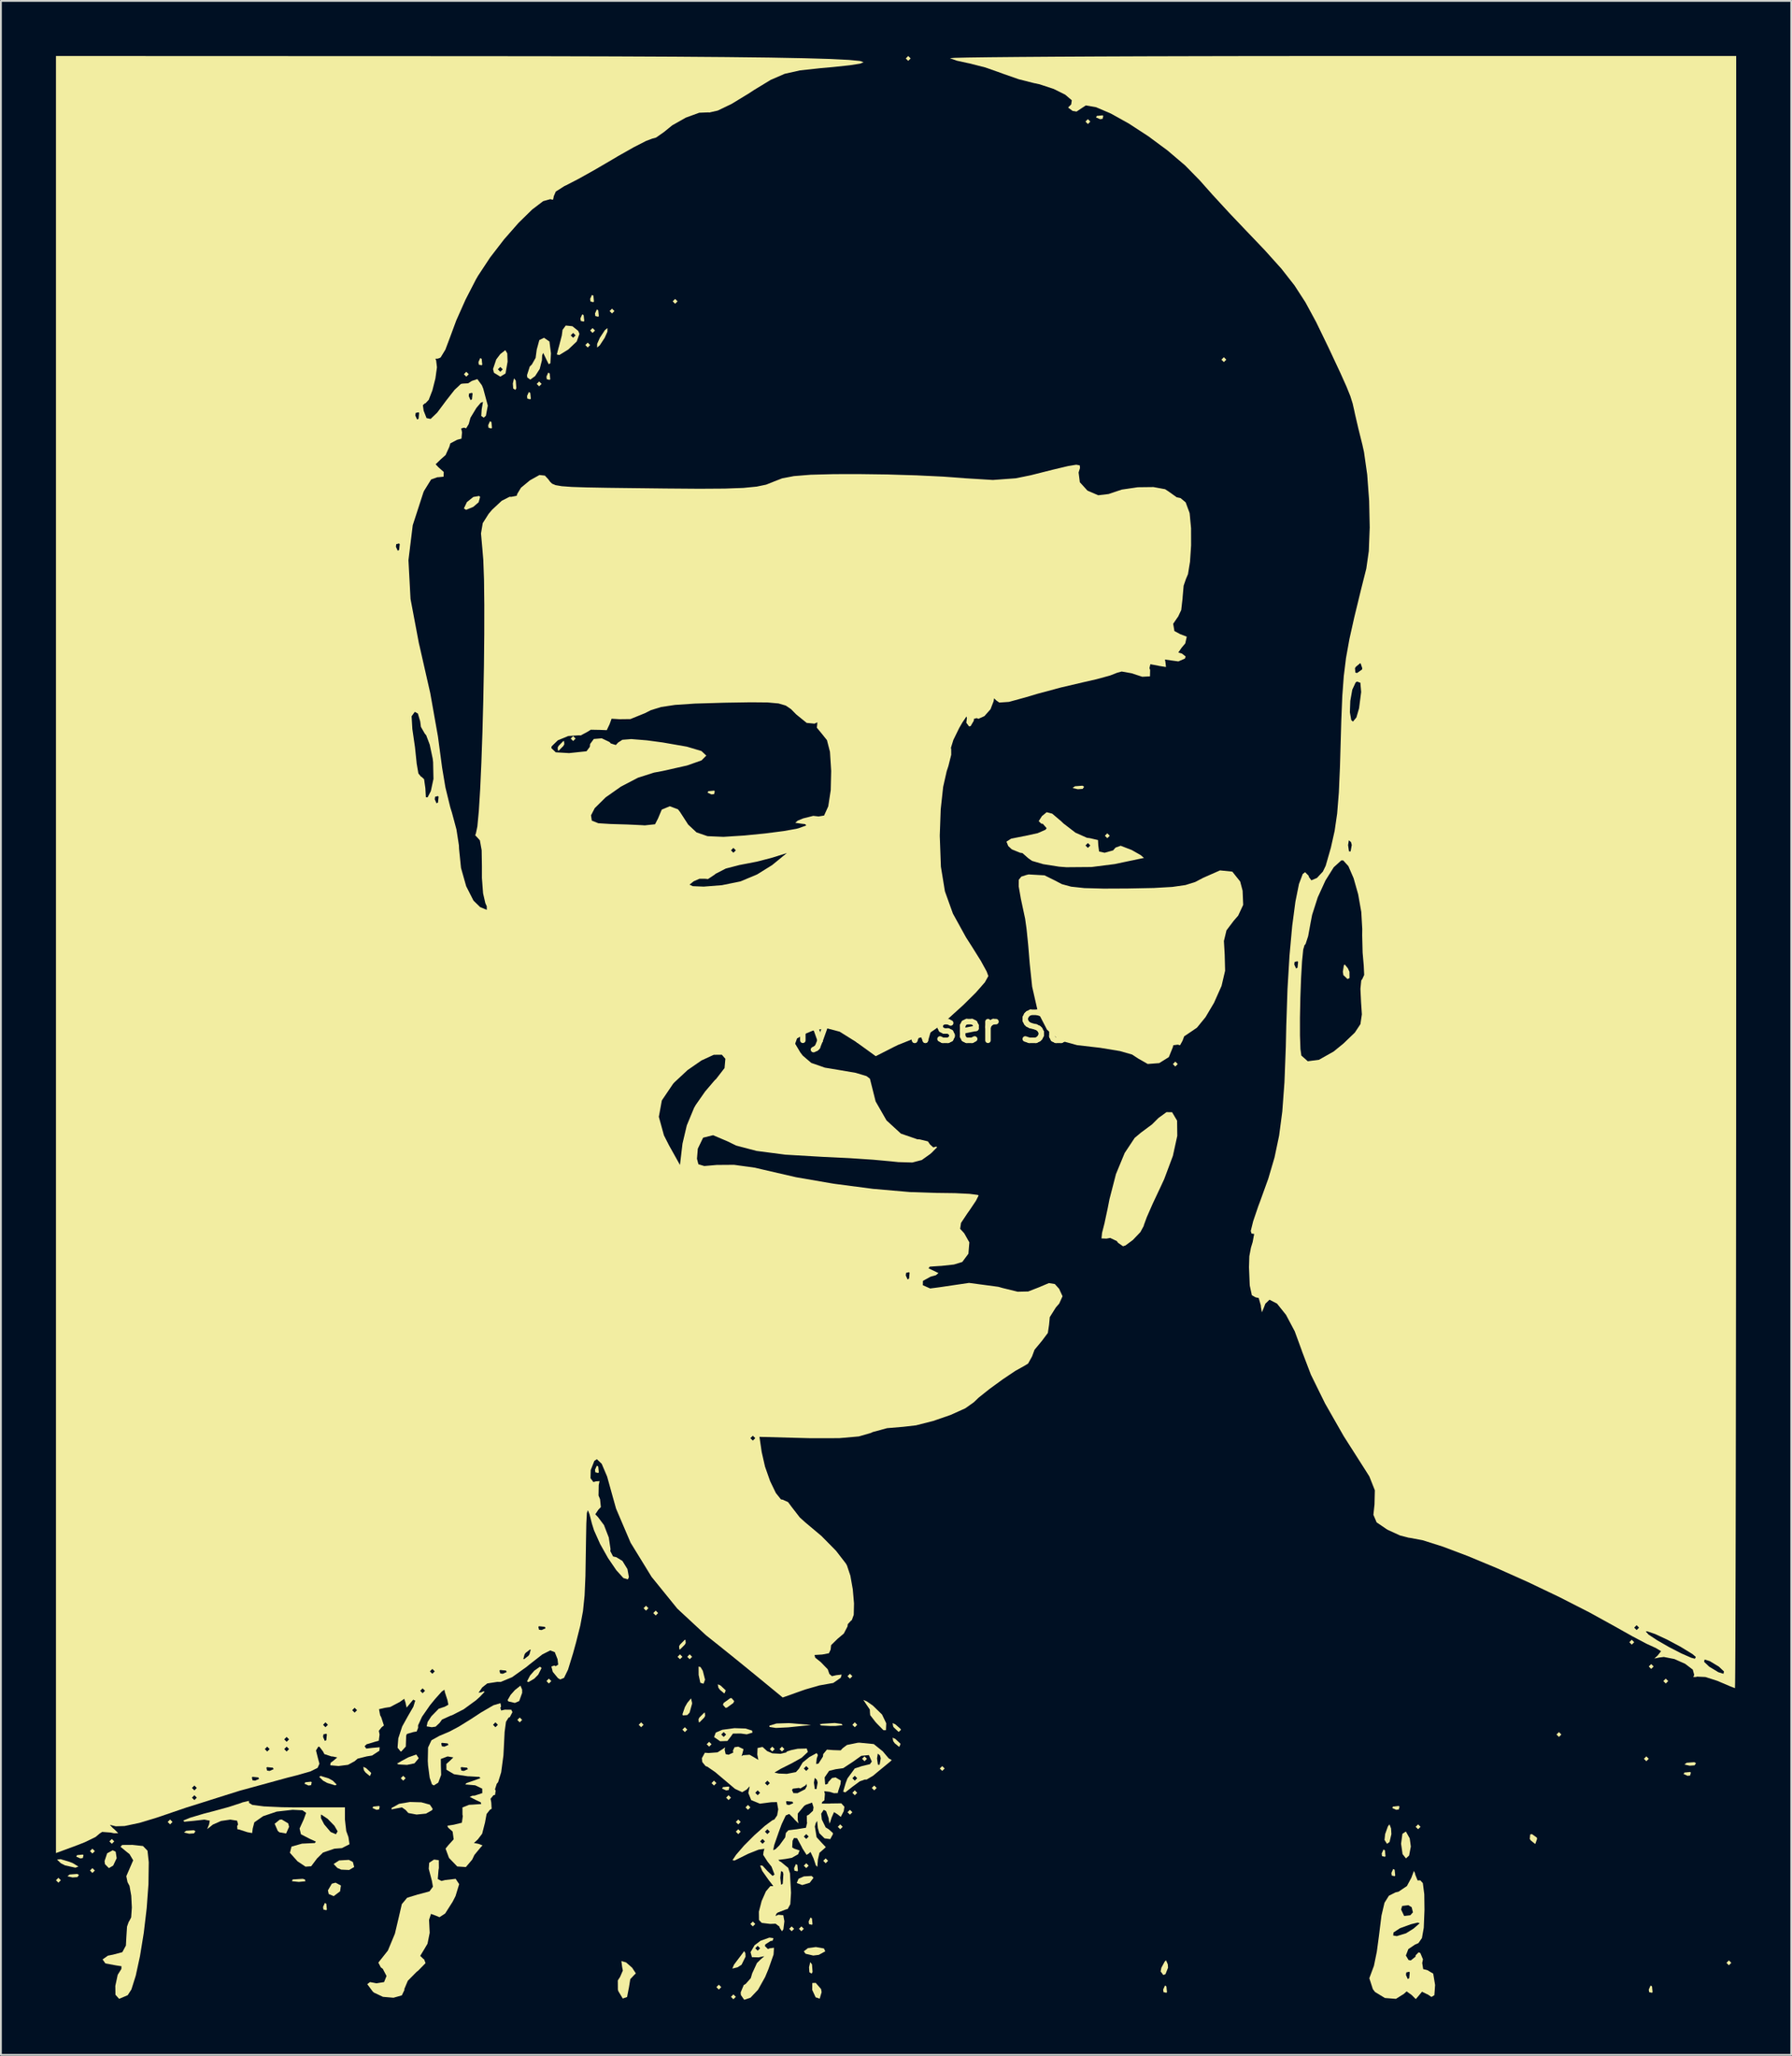
<source format=kicad_pcb>
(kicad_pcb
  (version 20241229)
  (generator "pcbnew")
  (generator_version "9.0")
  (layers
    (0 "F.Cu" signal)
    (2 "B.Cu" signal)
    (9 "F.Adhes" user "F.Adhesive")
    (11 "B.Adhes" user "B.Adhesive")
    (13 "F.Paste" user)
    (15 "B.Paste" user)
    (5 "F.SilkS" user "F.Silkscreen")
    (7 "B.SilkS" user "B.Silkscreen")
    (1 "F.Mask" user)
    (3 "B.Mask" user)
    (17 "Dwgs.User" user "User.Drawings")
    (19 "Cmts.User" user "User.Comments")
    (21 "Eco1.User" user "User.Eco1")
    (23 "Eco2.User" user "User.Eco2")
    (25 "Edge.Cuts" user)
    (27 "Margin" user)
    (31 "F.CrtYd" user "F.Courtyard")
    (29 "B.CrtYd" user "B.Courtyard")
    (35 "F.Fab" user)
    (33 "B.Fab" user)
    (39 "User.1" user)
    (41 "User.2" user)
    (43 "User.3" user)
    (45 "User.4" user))
  (footprint "Cauchy Bowser Seal"
    (layer "F.Cu")
    (at 45.773 52.917)
    (property "Reference" "Cauchy Bowser Seal" (at 0 0 0) (layer "F.SilkS") (effects (font (size 1.524 1.524) (thickness 0.3))))
    (attr board_only exclude_from_pos_files exclude_from_bom)
    (fp_poly (pts (xy -45.508 46.434) (xy -45.641 46.567) (xy -45.773 46.434) (xy -45.641 46.302)) (stroke (width 0) (type solid)) (fill yes) (layer "F.SilkS"))
    (fp_poly (pts (xy -43.656 44.847) (xy -43.789 44.979) (xy -43.921 44.847) (xy -43.789 44.715)) (stroke (width 0) (type solid)) (fill yes) (layer "F.SilkS"))
    (fp_poly (pts (xy -43.656 45.905) (xy -43.789 46.038) (xy -43.921 45.905) (xy -43.789 45.773)) (stroke (width 0) (type solid)) (fill yes) (layer "F.SilkS"))
    (fp_poly (pts (xy -42.598 44.318) (xy -42.73 44.45) (xy -42.862 44.318) (xy -42.73 44.185)) (stroke (width 0) (type solid)) (fill yes) (layer "F.SilkS"))
    (fp_poly (pts (xy -39.423 43.259) (xy -39.555 43.392) (xy -39.688 43.259) (xy -39.555 43.127)) (stroke (width 0) (type solid)) (fill yes) (layer "F.SilkS"))
    (fp_poly (pts (xy -26.723 40.878) (xy -26.855 41.01) (xy -26.988 40.878) (xy -26.855 40.746)) (stroke (width 0) (type solid)) (fill yes) (layer "F.SilkS"))
    (fp_poly (pts (xy -23.283 -35.586) (xy -23.416 -35.454) (xy -23.548 -35.586) (xy -23.416 -35.719)) (stroke (width 0) (type solid)) (fill yes) (layer "F.SilkS"))
    (fp_poly (pts (xy -20.373 37.703) (xy -20.505 37.835) (xy -20.637 37.703) (xy -20.505 37.571)) (stroke (width 0) (type solid)) (fill yes) (layer "F.SilkS"))
    (fp_poly (pts (xy -19.315 -35.057) (xy -19.447 -34.925) (xy -19.579 -35.057) (xy -19.447 -35.19)) (stroke (width 0) (type solid)) (fill yes) (layer "F.SilkS"))
    (fp_poly (pts (xy -18.785 35.586) (xy -18.918 35.719) (xy -19.05 35.586) (xy -18.918 35.454)) (stroke (width 0) (type solid)) (fill yes) (layer "F.SilkS"))
    (fp_poly (pts (xy -17.462 -15.743) (xy -17.595 -15.61) (xy -17.727 -15.743) (xy -17.595 -15.875)) (stroke (width 0) (type solid)) (fill yes) (layer "F.SilkS"))
    (fp_poly (pts (xy -16.669 -37.174) (xy -16.801 -37.042) (xy -16.933 -37.174) (xy -16.801 -37.306)) (stroke (width 0) (type solid)) (fill yes) (layer "F.SilkS"))
    (fp_poly (pts (xy -16.404 -37.968) (xy -16.536 -37.835) (xy -16.669 -37.968) (xy -16.536 -38.1)) (stroke (width 0) (type solid)) (fill yes) (layer "F.SilkS"))
    (fp_poly (pts (xy -15.346 -39.026) (xy -15.478 -38.894) (xy -15.61 -39.026) (xy -15.478 -39.158)) (stroke (width 0) (type solid)) (fill yes) (layer "F.SilkS"))
    (fp_poly (pts (xy -13.758 37.968) (xy -13.891 38.1) (xy -14.023 37.968) (xy -13.891 37.835)) (stroke (width 0) (type solid)) (fill yes) (layer "F.SilkS"))
    (fp_poly (pts (xy -13.494 31.618) (xy -13.626 31.75) (xy -13.758 31.618) (xy -13.626 31.485)) (stroke (width 0) (type solid)) (fill yes) (layer "F.SilkS"))
    (fp_poly (pts (xy -12.965 31.882) (xy -13.097 32.015) (xy -13.229 31.882) (xy -13.097 31.75)) (stroke (width 0) (type solid)) (fill yes) (layer "F.SilkS"))
    (fp_poly (pts (xy -11.906 -39.555) (xy -12.039 -39.423) (xy -12.171 -39.555) (xy -12.039 -39.688)) (stroke (width 0) (type solid)) (fill yes) (layer "F.SilkS"))
    (fp_poly (pts (xy -11.642 34.264) (xy -11.774 34.396) (xy -11.906 34.264) (xy -11.774 34.131)) (stroke (width 0) (type solid)) (fill yes) (layer "F.SilkS"))
    (fp_poly (pts (xy -11.377 38.232) (xy -11.509 38.365) (xy -11.642 38.232) (xy -11.509 38.1)) (stroke (width 0) (type solid)) (fill yes) (layer "F.SilkS"))
    (fp_poly (pts (xy -11.113 34.264) (xy -11.245 34.396) (xy -11.377 34.264) (xy -11.245 34.131)) (stroke (width 0) (type solid)) (fill yes) (layer "F.SilkS"))
    (fp_poly (pts (xy -10.054 39.026) (xy -10.186 39.158) (xy -10.319 39.026) (xy -10.186 38.894)) (stroke (width 0) (type solid)) (fill yes) (layer "F.SilkS"))
    (fp_poly (pts (xy -9.79 41.143) (xy -9.922 41.275) (xy -10.054 41.143) (xy -9.922 41.01)) (stroke (width 0) (type solid)) (fill yes) (layer "F.SilkS"))
    (fp_poly (pts (xy -9.525 52.255) (xy -9.657 52.388) (xy -9.79 52.255) (xy -9.657 52.123)) (stroke (width 0) (type solid)) (fill yes) (layer "F.SilkS"))
    (fp_poly (pts (xy -8.996 41.936) (xy -9.128 42.069) (xy -9.26 41.936) (xy -9.128 41.804)) (stroke (width 0) (type solid)) (fill yes) (layer "F.SilkS"))
    (fp_poly (pts (xy -8.731 52.784) (xy -8.864 52.917) (xy -8.996 52.784) (xy -8.864 52.652)) (stroke (width 0) (type solid)) (fill yes) (layer "F.SilkS"))
    (fp_poly (pts (xy -8.467 43.259) (xy -8.599 43.392) (xy -8.731 43.259) (xy -8.599 43.127)) (stroke (width 0) (type solid)) (fill yes) (layer "F.SilkS"))
    (fp_poly (pts (xy -8.467 43.789) (xy -8.599 43.921) (xy -8.731 43.789) (xy -8.599 43.656)) (stroke (width 0) (type solid)) (fill yes) (layer "F.SilkS"))
    (fp_poly (pts (xy -7.938 42.466) (xy -8.07 42.598) (xy -8.202 42.466) (xy -8.07 42.333)) (stroke (width 0) (type solid)) (fill yes) (layer "F.SilkS"))
    (fp_poly (pts (xy -7.673 48.816) (xy -7.805 48.948) (xy -7.938 48.816) (xy -7.805 48.683)) (stroke (width 0) (type solid)) (fill yes) (layer "F.SilkS"))
    (fp_poly (pts (xy -6.615 39.291) (xy -6.747 39.423) (xy -6.879 39.291) (xy -6.747 39.158)) (stroke (width 0) (type solid)) (fill yes) (layer "F.SilkS"))
    (fp_poly (pts (xy -6.085 39.291) (xy -6.218 39.423) (xy -6.35 39.291) (xy -6.218 39.158)) (stroke (width 0) (type solid)) (fill yes) (layer "F.SilkS"))
    (fp_poly (pts (xy -5.556 49.08) (xy -5.689 49.212) (xy -5.821 49.08) (xy -5.689 48.948)) (stroke (width 0) (type solid)) (fill yes) (layer "F.SilkS"))
    (fp_poly (pts (xy -5.027 49.08) (xy -5.159 49.212) (xy -5.292 49.08) (xy -5.159 48.948)) (stroke (width 0) (type solid)) (fill yes) (layer "F.SilkS"))
    (fp_poly (pts (xy -4.763 45.641) (xy -4.895 45.773) (xy -5.027 45.641) (xy -4.895 45.508)) (stroke (width 0) (type solid)) (fill yes) (layer "F.SilkS"))
    (fp_poly (pts (xy -3.704 45.376) (xy -3.836 45.508) (xy -3.969 45.376) (xy -3.836 45.244)) (stroke (width 0) (type solid)) (fill yes) (layer "F.SilkS"))
    (fp_poly (pts (xy -2.91 43.524) (xy -3.043 43.656) (xy -3.175 43.524) (xy -3.043 43.392)) (stroke (width 0) (type solid)) (fill yes) (layer "F.SilkS"))
    (fp_poly (pts (xy -2.381 35.322) (xy -2.514 35.454) (xy -2.646 35.322) (xy -2.514 35.19)) (stroke (width 0) (type solid)) (fill yes) (layer "F.SilkS"))
    (fp_poly (pts (xy -2.381 42.73) (xy -2.514 42.862) (xy -2.646 42.73) (xy -2.514 42.598)) (stroke (width 0) (type solid)) (fill yes) (layer "F.SilkS"))
    (fp_poly (pts (xy -2.117 37.968) (xy -2.249 38.1) (xy -2.381 37.968) (xy -2.249 37.835)) (stroke (width 0) (type solid)) (fill yes) (layer "F.SilkS"))
    (fp_poly (pts (xy -2.117 41.672) (xy -2.249 41.804) (xy -2.381 41.672) (xy -2.249 41.54)) (stroke (width 0) (type solid)) (fill yes) (layer "F.SilkS"))
    (fp_poly (pts (xy -1.587 39.82) (xy -1.72 39.952) (xy -1.852 39.82) (xy -1.72 39.688)) (stroke (width 0) (type solid)) (fill yes) (layer "F.SilkS"))
    (fp_poly (pts (xy -1.058 41.407) (xy -1.191 41.54) (xy -1.323 41.407) (xy -1.191 41.275)) (stroke (width 0) (type solid)) (fill yes) (layer "F.SilkS"))
    (fp_poly (pts (xy 0.794 -52.784) (xy 0.661 -52.652) (xy 0.529 -52.784) (xy 0.661 -52.917)) (stroke (width 0) (type solid)) (fill yes) (layer "F.SilkS"))
    (fp_poly (pts (xy 2.646 40.349) (xy 2.514 40.481) (xy 2.381 40.349) (xy 2.514 40.217)) (stroke (width 0) (type solid)) (fill yes) (layer "F.SilkS"))
    (fp_poly (pts (xy 10.583 -49.345) (xy 10.451 -49.212) (xy 10.319 -49.345) (xy 10.451 -49.477)) (stroke (width 0) (type solid)) (fill yes) (layer "F.SilkS"))
    (fp_poly (pts (xy 11.642 -10.451) (xy 11.509 -10.319) (xy 11.377 -10.451) (xy 11.509 -10.583)) (stroke (width 0) (type solid)) (fill yes) (layer "F.SilkS"))
    (fp_poly (pts (xy 15.346 1.984) (xy 15.214 2.117) (xy 15.081 1.984) (xy 15.214 1.852)) (stroke (width 0) (type solid)) (fill yes) (layer "F.SilkS"))
    (fp_poly (pts (xy 17.992 -36.38) (xy 17.859 -36.248) (xy 17.727 -36.38) (xy 17.859 -36.513)) (stroke (width 0) (type solid)) (fill yes) (layer "F.SilkS"))
    (fp_poly (pts (xy 28.575 43.524) (xy 28.443 43.656) (xy 28.31 43.524) (xy 28.443 43.392)) (stroke (width 0) (type solid)) (fill yes) (layer "F.SilkS"))
    (fp_poly (pts (xy 36.248 38.497) (xy 36.116 38.629) (xy 35.983 38.497) (xy 36.116 38.365)) (stroke (width 0) (type solid)) (fill yes) (layer "F.SilkS"))
    (fp_poly (pts (xy 40.217 33.47) (xy 40.084 33.602) (xy 39.952 33.47) (xy 40.084 33.337)) (stroke (width 0) (type solid)) (fill yes) (layer "F.SilkS"))
    (fp_poly (pts (xy 41.01 39.82) (xy 40.878 39.952) (xy 40.746 39.82) (xy 40.878 39.688)) (stroke (width 0) (type solid)) (fill yes) (layer "F.SilkS"))
    (fp_poly (pts (xy 41.275 34.793) (xy 41.143 34.925) (xy 41.01 34.793) (xy 41.143 34.66)) (stroke (width 0) (type solid)) (fill yes) (layer "F.SilkS"))
    (fp_poly (pts (xy 42.069 35.586) (xy 41.936 35.719) (xy 41.804 35.586) (xy 41.936 35.454)) (stroke (width 0) (type solid)) (fill yes) (layer "F.SilkS"))
    (fp_poly (pts (xy 45.508 50.932) (xy 45.376 51.065) (xy 45.244 50.932) (xy 45.376 50.8)) (stroke (width 0) (type solid)) (fill yes) (layer "F.SilkS"))
    (fp_poly (pts (xy -44.522 46.142) (xy -44.601 46.262) (xy -44.869 46.281) (xy -45.151 46.217) (xy -45.029 46.121) (xy -44.615 46.09)) (stroke (width 0) (type solid)) (fill yes) (layer "F.SilkS"))
    (fp_poly (pts (xy -44.274 45.067) (xy -44.31 45.225) (xy -44.45 45.244) (xy -44.668 45.147) (xy -44.626 45.067) (xy -44.312 45.036)) (stroke (width 0) (type solid)) (fill yes) (layer "F.SilkS"))
    (fp_poly (pts (xy -38.172 43.761) (xy -38.251 43.881) (xy -38.519 43.9) (xy -38.801 43.835) (xy -38.679 43.74) (xy -38.265 43.709)) (stroke (width 0) (type solid)) (fill yes) (layer "F.SilkS"))
    (fp_poly (pts (xy -32.213 46.391) (xy -32.18 46.488) (xy -32.544 46.525) (xy -32.919 46.483) (xy -32.874 46.391) (xy -32.333 46.356)) (stroke (width 0) (type solid)) (fill yes) (layer "F.SilkS"))
    (fp_poly (pts (xy -31.838 41.099) (xy -31.875 41.256) (xy -32.015 41.275) (xy -32.232 41.178) (xy -32.191 41.099) (xy -31.877 41.067)) (stroke (width 0) (type solid)) (fill yes) (layer "F.SilkS"))
    (fp_poly (pts (xy -31.044 47.713) (xy -31.013 48.027) (xy -31.044 48.066) (xy -31.202 48.03) (xy -31.221 47.89) (xy -31.124 47.672)) (stroke (width 0) (type solid)) (fill yes) (layer "F.SilkS"))
    (fp_poly (pts (xy -28.134 42.422) (xy -28.17 42.579) (xy -28.31 42.598) (xy -28.528 42.501) (xy -28.487 42.422) (xy -28.173 42.39)) (stroke (width 0) (type solid)) (fill yes) (layer "F.SilkS"))
    (fp_poly (pts (xy -22.578 -36.424) (xy -22.546 -36.11) (xy -22.578 -36.072) (xy -22.735 -36.108) (xy -22.754 -36.248) (xy -22.657 -36.466)) (stroke (width 0) (type solid)) (fill yes) (layer "F.SilkS"))
    (fp_poly (pts (xy -22.049 -32.985) (xy -22.017 -32.671) (xy -22.049 -32.632) (xy -22.206 -32.668) (xy -22.225 -32.808) (xy -22.128 -33.026)) (stroke (width 0) (type solid)) (fill yes) (layer "F.SilkS"))
    (fp_poly (pts (xy -20.721 -35.239) (xy -20.69 -34.826) (xy -20.742 -34.732) (xy -20.862 -34.811) (xy -20.881 -35.079) (xy -20.817 -35.362)) (stroke (width 0) (type solid)) (fill yes) (layer "F.SilkS"))
    (fp_poly (pts (xy -19.932 -34.572) (xy -19.9 -34.258) (xy -19.932 -34.219) (xy -20.089 -34.256) (xy -20.108 -34.396) (xy -20.012 -34.614)) (stroke (width 0) (type solid)) (fill yes) (layer "F.SilkS"))
    (fp_poly (pts (xy -18.874 -35.631) (xy -18.842 -35.317) (xy -18.874 -35.278) (xy -19.031 -35.314) (xy -19.05 -35.454) (xy -18.953 -35.672)) (stroke (width 0) (type solid)) (fill yes) (layer "F.SilkS"))
    (fp_poly (pts (xy -17.022 -38.806) (xy -16.99 -38.492) (xy -17.022 -38.453) (xy -17.179 -38.489) (xy -17.198 -38.629) (xy -17.101 -38.847)) (stroke (width 0) (type solid)) (fill yes) (layer "F.SilkS"))
    (fp_poly (pts (xy -16.492 -39.864) (xy -16.461 -39.55) (xy -16.492 -39.511) (xy -16.65 -39.547) (xy -16.669 -39.688) (xy -16.572 -39.905)) (stroke (width 0) (type solid)) (fill yes) (layer "F.SilkS"))
    (fp_poly (pts (xy -16.228 -39.07) (xy -16.196 -38.756) (xy -16.228 -38.717) (xy -16.385 -38.754) (xy -16.404 -38.894) (xy -16.307 -39.112)) (stroke (width 0) (type solid)) (fill yes) (layer "F.SilkS"))
    (fp_poly (pts (xy -16.228 23.901) (xy -16.196 24.215) (xy -16.228 24.253) (xy -16.385 24.217) (xy -16.404 24.077) (xy -16.307 23.859)) (stroke (width 0) (type solid)) (fill yes) (layer "F.SilkS"))
    (fp_poly (pts (xy -9.878 -12.876) (xy -9.914 -12.719) (xy -10.054 -12.7) (xy -10.272 -12.797) (xy -10.231 -12.876) (xy -9.917 -12.908)) (stroke (width 0) (type solid)) (fill yes) (layer "F.SilkS"))
    (fp_poly (pts (xy -9.084 41.363) (xy -9.12 41.52) (xy -9.26 41.54) (xy -9.478 41.443) (xy -9.437 41.363) (xy -9.123 41.332)) (stroke (width 0) (type solid)) (fill yes) (layer "F.SilkS"))
    (fp_poly (pts (xy -5.38 45.597) (xy -5.348 45.911) (xy -5.38 45.949) (xy -5.537 45.913) (xy -5.556 45.773) (xy -5.459 45.555)) (stroke (width 0) (type solid)) (fill yes) (layer "F.SilkS"))
    (fp_poly (pts (xy -4.586 48.507) (xy -4.554 48.821) (xy -4.586 48.86) (xy -4.743 48.823) (xy -4.763 48.683) (xy -4.666 48.466)) (stroke (width 0) (type solid)) (fill yes) (layer "F.SilkS"))
    (fp_poly (pts (xy -4.582 51.015) (xy -4.55 51.428) (xy -4.603 51.522) (xy -4.723 51.443) (xy -4.742 51.175) (xy -4.677 50.893)) (stroke (width 0) (type solid)) (fill yes) (layer "F.SilkS"))
    (fp_poly (pts (xy 10.247 -13.124) (xy 10.168 -13.004) (xy 9.9 -12.985) (xy 9.618 -13.05) (xy 9.74 -13.145) (xy 10.153 -13.177)) (stroke (width 0) (type solid)) (fill yes) (layer "F.SilkS"))
    (fp_poly (pts (xy 11.289 -49.653) (xy 11.253 -49.496) (xy 11.113 -49.477) (xy 10.895 -49.574) (xy 10.936 -49.653) (xy 11.25 -49.685)) (stroke (width 0) (type solid)) (fill yes) (layer "F.SilkS"))
    (fp_poly (pts (xy 14.728 52.211) (xy 14.76 52.525) (xy 14.728 52.564) (xy 14.571 52.528) (xy 14.552 52.388) (xy 14.649 52.17)) (stroke (width 0) (type solid)) (fill yes) (layer "F.SilkS"))
    (fp_poly (pts (xy 26.635 44.803) (xy 26.666 45.117) (xy 26.635 45.156) (xy 26.477 45.119) (xy 26.458 44.979) (xy 26.555 44.761)) (stroke (width 0) (type solid)) (fill yes) (layer "F.SilkS"))
    (fp_poly (pts (xy 27.164 45.861) (xy 27.196 46.175) (xy 27.164 46.214) (xy 27.007 46.178) (xy 26.988 46.038) (xy 27.084 45.82)) (stroke (width 0) (type solid)) (fill yes) (layer "F.SilkS"))
    (fp_poly (pts (xy 27.428 42.422) (xy 27.392 42.579) (xy 27.252 42.598) (xy 27.034 42.501) (xy 27.076 42.422) (xy 27.39 42.39)) (stroke (width 0) (type solid)) (fill yes) (layer "F.SilkS"))
    (fp_poly (pts (xy 41.187 52.211) (xy 41.218 52.525) (xy 41.187 52.564) (xy 41.03 52.528) (xy 41.01 52.388) (xy 41.107 52.17)) (stroke (width 0) (type solid)) (fill yes) (layer "F.SilkS"))
    (fp_poly (pts (xy 43.303 40.569) (xy 43.267 40.727) (xy 43.127 40.746) (xy 42.909 40.649) (xy 42.951 40.569) (xy 43.265 40.538)) (stroke (width 0) (type solid)) (fill yes) (layer "F.SilkS"))
    (fp_poly (pts (xy 43.585 40.057) (xy 43.506 40.177) (xy 43.237 40.196) (xy 42.955 40.131) (xy 43.077 40.036) (xy 43.491 40.004)) (stroke (width 0) (type solid)) (fill yes) (layer "F.SilkS"))
    (fp_poly (pts (xy -30.248 46.721) (xy -30.294 47.038) (xy -30.642 47.3) (xy -30.912 47.185) (xy -30.956 46.986) (xy -30.743 46.621) (xy -30.537 46.567)) (stroke (width 0) (type solid)) (fill yes) (layer "F.SilkS"))
    (fp_poly (pts (xy -28.88 40.324) (xy -28.596 40.59) (xy -28.655 40.743) (xy -28.692 40.746) (xy -28.915 40.558) (xy -28.997 40.44) (xy -29.028 40.259)) (stroke (width 0) (type solid)) (fill yes) (layer "F.SilkS"))
    (fp_poly (pts (xy -10.655 34.823) (xy -10.531 35.027) (xy -10.408 35.511) (xy -10.49 35.731) (xy -10.665 35.679) (xy -10.757 35.253) (xy -10.761 34.798)) (stroke (width 0) (type solid)) (fill yes) (layer "F.SilkS"))
    (fp_poly (pts (xy -9.566 35.826) (xy -9.282 36.092) (xy -9.34 36.245) (xy -9.377 36.248) (xy -9.601 36.06) (xy -9.683 35.942) (xy -9.714 35.761)) (stroke (width 0) (type solid)) (fill yes) (layer "F.SilkS"))
    (fp_poly (pts (xy -4.498 46.299) (xy -4.704 46.572) (xy -5.115 46.696) (xy -5.413 46.585) (xy -5.313 46.353) (xy -5.024 46.225) (xy -4.603 46.2)) (stroke (width 0) (type solid)) (fill yes) (layer "F.SilkS"))
    (fp_poly (pts (xy -4.086 52.361) (xy -4.057 52.531) (xy -4.162 52.885) (xy -4.384 52.81) (xy -4.569 52.407) (xy -4.566 52.032) (xy -4.38 52.022)) (stroke (width 0) (type solid)) (fill yes) (layer "F.SilkS"))
    (fp_poly (pts (xy -0.041 37.942) (xy 0.241 38.188) (xy 0.265 38.248) (xy 0.139 38.357) (xy -0.122 38.113) (xy -0.158 38.059) (xy -0.189 37.878)) (stroke (width 0) (type solid)) (fill yes) (layer "F.SilkS"))
    (fp_poly (pts (xy -0.041 38.736) (xy 0.243 39.003) (xy 0.185 39.156) (xy 0.148 39.158) (xy -0.076 38.97) (xy -0.158 38.853) (xy -0.189 38.672)) (stroke (width 0) (type solid)) (fill yes) (layer "F.SilkS"))
    (fp_poly (pts (xy -45.031 45.433) (xy -44.847 45.508) (xy -44.549 45.689) (xy -44.715 45.75) (xy -45.279 45.625) (xy -45.508 45.508) (xy -45.716 45.31) (xy -45.524 45.285)) (stroke (width 0) (type solid)) (fill yes) (layer "F.SilkS"))
    (fp_poly (pts (xy -42.521 44.88) (xy -42.466 45.233) (xy -42.655 45.634) (xy -42.891 45.773) (xy -43.103 45.559) (xy -43.127 45.392) (xy -42.984 44.965) (xy -42.681 44.802)) (stroke (width 0) (type solid)) (fill yes) (layer "F.SilkS"))
    (fp_poly (pts (xy -33.119 43.339) (xy -33.073 43.524) (xy -33.234 43.888) (xy -33.6 43.823) (xy -33.69 43.744) (xy -33.859 43.357) (xy -33.583 43.136) (xy -33.47 43.127)) (stroke (width 0) (type solid)) (fill yes) (layer "F.SilkS"))
    (fp_poly (pts (xy -30.918 40.886) (xy -30.692 41.01) (xy -30.48 41.22) (xy -30.559 41.267) (xy -30.994 41.135) (xy -31.221 41.01) (xy -31.433 40.801) (xy -31.353 40.754)) (stroke (width 0) (type solid)) (fill yes) (layer "F.SilkS"))
    (fp_poly (pts (xy -22.663 -28.905) (xy -22.745 -28.612) (xy -23.036 -28.361) (xy -23.428 -28.2) (xy -23.548 -28.276) (xy -23.383 -28.623) (xy -23.034 -28.901) (xy -22.718 -28.956)) (stroke (width 0) (type solid)) (fill yes) (layer "F.SilkS"))
    (fp_poly (pts (xy -19.315 34.874) (xy -19.496 35.235) (xy -19.711 35.454) (xy -20.032 35.645) (xy -20.108 35.6) (xy -19.942 35.285) (xy -19.711 35.019) (xy -19.402 34.804)) (stroke (width 0) (type solid)) (fill yes) (layer "F.SilkS"))
    (fp_poly (pts (xy -18.075 -15.44) (xy -18.124 -15.346) (xy -18.373 -15.093) (xy -18.42 -15.081) (xy -18.438 -15.252) (xy -18.389 -15.346) (xy -18.139 -15.599) (xy -18.093 -15.61)) (stroke (width 0) (type solid)) (fill yes) (layer "F.SilkS"))
    (fp_poly (pts (xy -15.726 -37.906) (xy -15.875 -37.571) (xy -16.148 -37.155) (xy -16.29 -37.042) (xy -16.289 -37.236) (xy -16.14 -37.571) (xy -15.866 -37.987) (xy -15.724 -38.1)) (stroke (width 0) (type solid)) (fill yes) (layer "F.SilkS"))
    (fp_poly (pts (xy -11.46 33.508) (xy -11.509 33.602) (xy -11.759 33.855) (xy -11.805 33.867) (xy -11.823 33.696) (xy -11.774 33.602) (xy -11.525 33.349) (xy -11.478 33.337)) (stroke (width 0) (type solid)) (fill yes) (layer "F.SilkS"))
    (fp_poly (pts (xy -10.402 37.477) (xy -10.451 37.571) (xy -10.7 37.824) (xy -10.747 37.835) (xy -10.765 37.665) (xy -10.716 37.571) (xy -10.466 37.318) (xy -10.42 37.306)) (stroke (width 0) (type solid)) (fill yes) (layer "F.SilkS"))
    (fp_poly (pts (xy -8.821 36.676) (xy -8.864 36.777) (xy -9.214 37.032) (xy -9.292 37.042) (xy -9.435 36.879) (xy -9.393 36.777) (xy -9.042 36.522) (xy -8.965 36.513)) (stroke (width 0) (type solid)) (fill yes) (layer "F.SilkS"))
    (fp_poly (pts (xy -5.657 37.889) (xy -4.63 37.979) (xy -5.875 38.107) (xy -6.549 38.14) (xy -6.898 38.085) (xy -6.902 38.017) (xy -6.518 37.898) (xy -5.842 37.877)) (stroke (width 0) (type solid)) (fill yes) (layer "F.SilkS"))
    (fp_poly (pts (xy -3.931 50.149) (xy -3.857 50.304) (xy -4.211 50.498) (xy -4.514 50.535) (xy -4.935 50.436) (xy -5.027 50.304) (xy -4.801 50.129) (xy -4.37 50.072)) (stroke (width 0) (type solid)) (fill yes) (layer "F.SilkS"))
    (fp_poly (pts (xy -2.973 37.918) (xy -2.912 37.99) (xy -3.292 38.03) (xy -3.572 38.033) (xy -4.084 38.007) (xy -4.162 37.947) (xy -4.032 37.913) (xy -3.342 37.87)) (stroke (width 0) (type solid)) (fill yes) (layer "F.SilkS"))
    (fp_poly (pts (xy 14.805 51.016) (xy 14.817 51.197) (xy 14.678 51.549) (xy 14.56 51.594) (xy 14.415 51.4) (xy 14.456 51.197) (xy 14.644 50.849) (xy 14.713 50.8)) (stroke (width 0) (type solid)) (fill yes) (layer "F.SilkS"))
    (fp_poly (pts (xy 24.616 -3.233) (xy 24.702 -3.043) (xy 24.707 -2.702) (xy 24.598 -2.646) (xy 24.371 -2.86) (xy 24.342 -3.043) (xy 24.398 -3.396) (xy 24.446 -3.44)) (stroke (width 0) (type solid)) (fill yes) (layer "F.SilkS"))
    (fp_poly (pts (xy 26.969 43.614) (xy 26.988 43.921) (xy 26.887 44.351) (xy 26.748 44.45) (xy 26.612 44.239) (xy 26.646 43.921) (xy 26.8 43.493) (xy 26.886 43.392)) (stroke (width 0) (type solid)) (fill yes) (layer "F.SilkS"))
    (fp_poly (pts (xy 34.914 44.113) (xy 34.925 44.185) (xy 34.835 44.443) (xy 34.808 44.45) (xy 34.582 44.265) (xy 34.528 44.185) (xy 34.549 43.942) (xy 34.645 43.921)) (stroke (width 0) (type solid)) (fill yes) (layer "F.SilkS"))
    (fp_poly (pts (xy -29.598 45.438) (xy -29.525 45.712) (xy -29.798 45.875) (xy -30.231 45.856) (xy -30.444 45.763) (xy -30.645 45.549) (xy -30.36 45.365) (xy -30.336 45.355) (xy -29.816 45.324)) (stroke (width 0) (type solid)) (fill yes) (layer "F.SilkS"))
    (fp_poly (pts (xy -26.018 39.773) (xy -26.017 39.801) (xy -26.242 40.068) (xy -26.646 40.151) (xy -27.096 40.128) (xy -27.197 40.087) (xy -26.93 39.93) (xy -26.569 39.738) (xy -26.143 39.585)) (stroke (width 0) (type solid)) (fill yes) (layer "F.SilkS"))
    (fp_poly (pts (xy -20.376 36.047) (xy -20.373 36.229) (xy -20.534 36.675) (xy -20.77 36.777) (xy -21.123 36.695) (xy -21.167 36.626) (xy -21.002 36.339) (xy -20.77 36.078) (xy -20.466 35.836)) (stroke (width 0) (type solid)) (fill yes) (layer "F.SilkS"))
    (fp_poly (pts (xy -11.117 36.767) (xy -11.117 36.828) (xy -11.251 37.306) (xy -11.377 37.439) (xy -11.62 37.456) (xy -11.638 37.388) (xy -11.505 37.002) (xy -11.377 36.777) (xy -11.172 36.529)) (stroke (width 0) (type solid)) (fill yes) (layer "F.SilkS"))
    (fp_poly (pts (xy -8.212 50.404) (xy -8.202 50.595) (xy -8.418 51.034) (xy -8.636 51.175) (xy -8.922 51.246) (xy -8.831 51.033) (xy -8.711 50.872) (xy -8.395 50.454) (xy -8.277 50.293)) (stroke (width 0) (type solid)) (fill yes) (layer "F.SilkS"))
    (fp_poly (pts (xy 27.781 43.789) (xy 27.986 44.153) (xy 28.046 44.598) (xy 27.953 45.088) (xy 27.781 45.244) (xy 27.597 45.013) (xy 27.517 44.457) (xy 27.517 44.434) (xy 27.588 43.905) (xy 27.772 43.783)) (stroke (width 0) (type solid)) (fill yes) (layer "F.SilkS"))
    (fp_poly (pts (xy -25.868 42.189) (xy -25.402 42.317) (xy -25.249 42.546) (xy -25.279 42.617) (xy -25.612 42.805) (xy -26.126 42.856) (xy -26.576 42.772) (xy -26.723 42.606) (xy -26.923 42.467) (xy -27.186 42.516) (xy -27.493 42.575) (xy -27.486 42.499) (xy -27.076 42.272) (xy -26.481 42.171)) (stroke (width 0) (type solid)) (fill yes) (layer "F.SilkS"))
    (fp_poly (pts (xy -1.601 36.689) (xy -1.265 36.922) (xy -0.765 37.408) (xy -0.539 37.88) (xy -0.537 37.902) (xy -0.552 38.261) (xy -0.689 38.262) (xy -1.056 37.888) (xy -1.124 37.813) (xy -1.411 37.442) (xy -1.423 37.306) (xy -1.43 37.138) (xy -1.621 36.856) (xy -1.784 36.613)) (stroke (width 0) (type solid)) (fill yes) (layer "F.SilkS"))
    (fp_poly (pts (xy -14.713 50.908) (xy -14.382 51.197) (xy -14.179 51.505) (xy -14.269 51.594) (xy -14.482 51.82) (xy -14.552 52.255) (xy -14.657 52.794) (xy -14.891 52.876) (xy -15.132 52.477) (xy -15.158 52.388) (xy -15.162 51.891) (xy -15.038 51.7) (xy -14.887 51.352) (xy -14.923 51.17) (xy -14.966 50.837)) (stroke (width 0) (type solid)) (fill yes) (layer "F.SilkS"))
    (fp_poly (pts (xy -21.183 -36.719) (xy -21.167 -36.267) (xy -21.279 -35.628) (xy -21.564 -35.454) (xy -21.91 -35.667) (xy -21.956 -35.851) (xy -21.696 -35.851) (xy -21.564 -35.719) (xy -21.431 -35.851) (xy -21.564 -35.983) (xy -21.696 -35.851) (xy -21.956 -35.851) (xy -21.96 -35.87) (xy -21.785 -36.391) (xy -21.564 -36.683) (xy -21.29 -36.896)) (stroke (width 0) (type solid)) (fill yes) (layer "F.SilkS"))
    (fp_poly (pts (xy -18.886 -37.367) (xy -18.804 -36.721) (xy -18.804 -36.711) (xy -18.837 -36.181) (xy -18.925 -36.132) (xy -19.05 -36.38) (xy -19.226 -36.748) (xy -19.284 -36.617) (xy -19.296 -36.346) (xy -19.416 -35.874) (xy -19.666 -35.485) (xy -19.931 -35.293) (xy -20.096 -35.413) (xy -20.108 -35.538) (xy -19.959 -36.003) (xy -19.844 -36.116) (xy -19.639 -36.48) (xy -19.579 -36.925) (xy -19.438 -37.445) (xy -19.182 -37.571)) (stroke (width 0) (type solid)) (fill yes) (layer "F.SilkS"))
    (fp_poly (pts (xy -17.637 -38.2) (xy -17.319 -37.947) (xy -17.252 -37.783) (xy -17.398 -37.372) (xy -17.857 -36.935) (xy -17.872 -36.925) (xy -18.348 -36.632) (xy -18.484 -36.662) (xy -18.383 -37.051) (xy -18.372 -37.085) (xy -18.215 -37.687) (xy -18.212 -37.703) (xy -17.727 -37.703) (xy -17.595 -37.571) (xy -17.462 -37.703) (xy -17.595 -37.835) (xy -17.727 -37.703) (xy -18.212 -37.703) (xy -18.171 -38.004) (xy -17.997 -38.238)) (stroke (width 0) (type solid)) (fill yes) (layer "F.SilkS"))
    (fp_poly (pts (xy -8.205 38.171) (xy -7.847 38.282) (xy -7.824 38.395) (xy -8.137 38.487) (xy -8.467 38.441) (xy -8.891 38.447) (xy -8.996 38.598) (xy -9.19 38.85) (xy -9.589 38.863) (xy -9.917 38.637) (xy -9.864 38.497) (xy -9.525 38.497) (xy -9.393 38.629) (xy -9.26 38.497) (xy -9.393 38.365) (xy -9.525 38.497) (xy -9.864 38.497) (xy -9.825 38.393) (xy -9.47 38.24) (xy -8.804 38.151)) (stroke (width 0) (type solid)) (fill yes) (layer "F.SilkS"))
    (fp_poly (pts (xy 15.038 4.604) (xy 15.312 5.067) (xy 15.322 5.89) (xy 15.083 6.981) (xy 14.609 8.25) (xy 14.42 8.658) (xy 13.986 9.579) (xy 13.661 10.321) (xy 13.501 10.754) (xy 13.494 10.799) (xy 13.312 11.134) (xy 12.908 11.559) (xy 12.497 11.864) (xy 12.364 11.906) (xy 12.094 11.717) (xy 12.027 11.624) (xy 11.667 11.453) (xy 11.465 11.49) (xy 11.192 11.48) (xy 11.223 11.177) (xy 11.355 10.658) (xy 11.529 9.846) (xy 11.627 9.344) (xy 11.979 7.979) (xy 12.456 6.825) (xy 13.001 6.003) (xy 13.349 5.712) (xy 13.943 5.272) (xy 14.298 4.919) (xy 14.731 4.603)) (stroke (width 0) (type solid)) (fill yes) (layer "F.SilkS"))
    (fp_poly (pts (xy -6.68 49.588) (xy -6.729 49.73) (xy -6.835 49.742) (xy -7.126 49.929) (xy -7.144 50.022) (xy -6.982 50.18) (xy -6.879 50.139) (xy -6.652 50.111) (xy -6.676 50.481) (xy -6.955 51.275) (xy -7.134 51.704) (xy -7.522 52.398) (xy -7.933 52.832) (xy -8.276 52.945) (xy -8.457 52.682) (xy -8.467 52.542) (xy -8.301 52.144) (xy -8.188 52.074) (xy -7.916 51.765) (xy -7.838 51.502) (xy -7.581 50.943) (xy -7.39 50.754) (xy -7.178 50.571) (xy -7.431 50.621) (xy -7.474 50.634) (xy -7.854 50.623) (xy -7.928 50.351) (xy -7.806 50.139) (xy -7.673 50.139) (xy -7.541 50.271) (xy -7.408 50.139) (xy -7.541 50.006) (xy -7.673 50.139) (xy -7.806 50.139) (xy -7.711 49.975) (xy -7.386 49.73) (xy -6.902 49.558)) (stroke (width 0) (type solid)) (fill yes) (layer "F.SilkS"))
    (fp_poly (pts (xy -41.606 44.508) (xy -41.032 44.571) (xy -40.786 44.826) (xy -40.719 45.438) (xy -40.718 45.482) (xy -40.734 46.646) (xy -40.831 47.957) (xy -40.99 49.302) (xy -41.195 50.564) (xy -41.426 51.63) (xy -41.664 52.383) (xy -41.865 52.695) (xy -42.334 52.894) (xy -42.533 52.669) (xy -42.54 52.189) (xy -42.41 51.583) (xy -42.212 51.267) (xy -42.205 51.117) (xy -42.516 51.069) (xy -43.081 50.964) (xy -43.234 50.746) (xy -42.942 50.541) (xy -42.669 50.487) (xy -42.158 50.352) (xy -41.963 49.991) (xy -41.939 49.543) (xy -41.901 48.958) (xy -41.805 48.686) (xy -41.793 48.683) (xy -41.677 48.457) (xy -41.639 47.919) (xy -41.672 47.277) (xy -41.766 46.742) (xy -41.875 46.536) (xy -41.941 46.214) (xy -41.769 45.815) (xy -41.567 45.348) (xy -41.767 45.01) (xy -41.943 44.871) (xy -42.256 44.611) (xy -42.167 44.512) (xy -41.611 44.508)) (stroke (width 0) (type solid)) (fill yes) (layer "F.SilkS"))
    (fp_poly (pts (xy 8.509 -11.653) (xy 8.999 -11.237) (xy 9.116 -11.124) (xy 9.771 -10.62) (xy 10.398 -10.34) (xy 10.558 -10.319) (xy 11.001 -10.217) (xy 11.017 -9.922) (xy 11.061 -9.592) (xy 11.363 -9.525) (xy 11.825 -9.653) (xy 11.956 -9.805) (xy 12.237 -9.906) (xy 12.838 -9.675) (xy 13.328 -9.395) (xy 13.504 -9.246) (xy 13.494 -9.24) (xy 13.182 -9.176) (xy 12.518 -9.036) (xy 11.906 -8.907) (xy 10.644 -8.747) (xy 9.277 -8.736) (xy 8.873 -8.768) (xy 8.019 -8.903) (xy 7.408 -9.082) (xy 7.198 -9.231) (xy 6.885 -9.506) (xy 6.757 -9.525) (xy 6.306 -9.71) (xy 6.111 -9.891) (xy 6.099 -9.922) (xy 10.319 -9.922) (xy 10.451 -9.79) (xy 10.583 -9.922) (xy 10.451 -10.054) (xy 10.319 -9.922) (xy 6.099 -9.922) (xy 6.014 -10.13) (xy 6.269 -10.292) (xy 6.961 -10.43) (xy 7.005 -10.436) (xy 7.716 -10.592) (xy 8.145 -10.78) (xy 8.202 -10.864) (xy 7.996 -11.1) (xy 7.905 -11.113) (xy 7.772 -11.248) (xy 7.947 -11.521) (xy 8.205 -11.732)) (stroke (width 0) (type solid)) (fill yes) (layer "F.SilkS"))
    (fp_poly (pts (xy -24.916 45.341) (xy -24.911 45.768) (xy -24.93 45.877) (xy -24.971 46.368) (xy -24.768 46.473) (xy -24.573 46.424) (xy -23.996 46.357) (xy -23.806 46.647) (xy -24.003 47.296) (xy -24.162 47.607) (xy -24.569 48.246) (xy -24.878 48.447) (xy -25.065 48.367) (xy -25.34 48.266) (xy -25.447 48.595) (xy -25.411 49.294) (xy -25.53 49.891) (xy -25.711 50.197) (xy -25.927 50.553) (xy -25.746 50.727) (xy -25.716 50.738) (xy -25.638 50.948) (xy -26.037 51.356) (xy -26.123 51.422) (xy -26.603 51.909) (xy -26.793 52.358) (xy -26.788 52.41) (xy -26.93 52.705) (xy -27.383 52.833) (xy -27.955 52.785) (xy -28.451 52.552) (xy -28.52 52.487) (xy -28.813 52.093) (xy -28.663 51.98) (xy -28.31 52.046) (xy -27.897 51.981) (xy -27.763 51.648) (xy -27.967 51.259) (xy -28.074 51.179) (xy -28.208 50.92) (xy -28.14 50.833) (xy -27.69 50.265) (xy -27.306 49.344) (xy -27.092 48.436) (xy -26.93 47.736) (xy -26.64 47.388) (xy -26.069 47.212) (xy -26.021 47.203) (xy -25.423 47.04) (xy -25.236 46.786) (xy -25.29 46.47) (xy -25.463 45.811) (xy -25.439 45.484) (xy -25.198 45.321) (xy -25.164 45.308)) (stroke (width 0) (type solid)) (fill yes) (layer "F.SilkS"))
    (fp_poly (pts (xy 18.32 -8.496) (xy 18.748 -7.959) (xy 18.88 -7.459) (xy 18.912 -6.687) (xy 18.639 -6.1) (xy 18.403 -5.828) (xy 18.001 -5.298) (xy 17.862 -4.718) (xy 17.905 -3.969) (xy 17.927 -3.098) (xy 17.734 -2.273) (xy 17.325 -1.356) (xy 16.861 -0.571) (xy 16.396 -0.002) (xy 16.109 0.196) (xy 15.696 0.473) (xy 15.61 0.708) (xy 15.474 0.957) (xy 15.346 0.926) (xy 15.102 0.958) (xy 15.081 1.062) (xy 14.861 1.604) (xy 14.336 1.932) (xy 13.712 1.979) (xy 13.203 1.689) (xy 12.86 1.465) (xy 12.189 1.274) (xy 11.12 1.098) (xy 9.859 0.952) (xy 8.923 0.696) (xy 8.224 0.114) (xy 7.73 -0.844) (xy 7.414 -2.231) (xy 7.282 -3.48) (xy 7.197 -4.513) (xy 7.107 -5.393) (xy 7.031 -5.936) (xy 7.027 -5.953) (xy 6.798 -7.026) (xy 6.682 -7.69) (xy 6.686 -8.053) (xy 6.821 -8.224) (xy 7.094 -8.313) (xy 7.221 -8.344) (xy 8.086 -8.295) (xy 8.63 -8.026) (xy 9.031 -7.816) (xy 9.537 -7.678) (xy 10.257 -7.601) (xy 11.299 -7.572) (xy 12.612 -7.578) (xy 14.041 -7.606) (xy 15.054 -7.664) (xy 15.767 -7.766) (xy 16.295 -7.93) (xy 16.737 -8.162) (xy 17.649 -8.564)) (stroke (width 0) (type solid)) (fill yes) (layer "F.SilkS"))
    (fp_poly (pts (xy -35.253 42.222) (xy -35.075 42.33) (xy -34.45 42.411) (xy -33.458 42.457) (xy -32.717 42.466) (xy -30.03 42.466) (xy -30.03 43.127) (xy -29.958 43.754) (xy -29.839 44.082) (xy -29.78 44.473) (xy -30.196 44.684) (xy -30.601 44.715) (xy -31.223 44.925) (xy -31.547 45.244) (xy -31.869 45.673) (xy -32.178 45.694) (xy -32.61 45.405) (xy -33.027 44.94) (xy -32.94 44.603) (xy -32.369 44.44) (xy -32.213 44.433) (xy -31.67 44.407) (xy -31.611 44.331) (xy -31.948 44.177) (xy -32.425 43.93) (xy -32.5 43.617) (xy -32.27 43.11) (xy -32.248 43.049) (xy -31.337 43.049) (xy -31.159 43.392) (xy -30.81 43.804) (xy -30.52 43.929) (xy -30.427 43.77) (xy -30.603 43.466) (xy -30.973 43.087) (xy -31.304 42.867) (xy -31.336 42.862) (xy -31.337 43.049) (xy -32.248 43.049) (xy -32.144 42.764) (xy -32.347 42.623) (xy -32.879 42.598) (xy -33.745 42.695) (xy -34.487 42.945) (xy -34.966 43.281) (xy -35.054 43.62) (xy -35.084 43.864) (xy -35.341 43.818) (xy -35.773 43.677) (xy -35.888 43.656) (xy -35.901 43.485) (xy -35.851 43.392) (xy -35.904 43.191) (xy -36.276 43.132) (xy -36.779 43.206) (xy -37.226 43.404) (xy -37.292 43.458) (xy -37.534 43.651) (xy -37.454 43.448) (xy -37.436 43.417) (xy -37.392 43.19) (xy -37.688 43.133) (xy -38.257 43.197) (xy -38.78 43.247) (xy -38.837 43.184) (xy -38.473 43.032) (xy -37.734 42.812) (xy -37.174 42.667) (xy -36.365 42.446) (xy -35.706 42.231) (xy -35.609 42.192) (xy -35.262 42.111)) (stroke (width 0) (type solid)) (fill yes) (layer "F.SilkS"))
    (fp_poly (pts (xy 28.281 46.071) (xy 28.284 46.119) (xy 28.416 46.445) (xy 28.565 46.44) (xy 28.701 46.592) (xy 28.779 47.199) (xy 28.79 48.047) (xy 28.751 49.019) (xy 28.652 49.582) (xy 28.461 49.858) (xy 28.271 49.94) (xy 27.911 50.183) (xy 27.776 50.534) (xy 27.923 50.779) (xy 28.046 50.8) (xy 28.3 50.597) (xy 28.31 50.52) (xy 28.471 50.358) (xy 28.563 50.396) (xy 28.708 50.74) (xy 28.667 50.941) (xy 28.719 51.273) (xy 28.944 51.329) (xy 29.266 51.519) (xy 29.369 52.135) (xy 29.369 52.155) (xy 29.329 52.694) (xy 29.17 52.79) (xy 28.998 52.673) (xy 28.655 52.506) (xy 28.489 52.707) (xy 28.317 52.908) (xy 28.099 52.69) (xy 27.818 52.487) (xy 27.666 52.624) (xy 27.235 52.894) (xy 26.635 52.848) (xy 26.096 52.52) (xy 25.978 52.367) (xy 25.785 51.771) (xy 25.85 51.594) (xy 27.781 51.594) (xy 27.878 51.812) (xy 27.958 51.77) (xy 27.989 51.456) (xy 27.958 51.417) (xy 27.8 51.454) (xy 27.781 51.594) (xy 25.85 51.594) (xy 25.882 51.507) (xy 26.036 51.096) (xy 26.193 50.331) (xy 26.309 49.469) (xy 26.312 49.443) (xy 27.085 49.443) (xy 27.281 49.477) (xy 27.789 49.321) (xy 28.194 49.067) (xy 28.529 48.778) (xy 28.422 48.739) (xy 28.046 48.832) (xy 27.455 49.047) (xy 27.102 49.278) (xy 27.085 49.443) (xy 26.312 49.443) (xy 26.447 48.356) (xy 26.524 48.03) (xy 27.517 48.03) (xy 27.683 48.379) (xy 28.019 48.341) (xy 28.161 48.182) (xy 28.091 47.902) (xy 27.912 47.793) (xy 27.572 47.835) (xy 27.517 48.03) (xy 26.524 48.03) (xy 26.611 47.662) (xy 26.851 47.278) (xy 27.213 47.095) (xy 27.373 47.059) (xy 27.832 46.751) (xy 28.074 46.301) (xy 28.213 45.926)) (stroke (width 0) (type solid)) (fill yes) (layer "F.SilkS"))
    (fp_poly (pts (xy -21.524 36.972) (xy -21.562 37.039) (xy -21.519 37.189) (xy -21.313 37.143) (xy -20.965 37.147) (xy -20.902 37.278) (xy -21.048 37.558) (xy -21.109 37.571) (xy -21.254 37.803) (xy -21.33 38.367) (xy -21.332 38.431) (xy -21.393 39.627) (xy -21.516 40.551) (xy -21.684 41.095) (xy -21.758 41.181) (xy -21.852 41.48) (xy -21.817 41.558) (xy -21.851 41.788) (xy -21.936 41.804) (xy -22.095 41.997) (xy -22.056 42.201) (xy -22.037 42.543) (xy -22.131 42.598) (xy -22.311 42.826) (xy -22.398 43.294) (xy -22.553 43.901) (xy -22.794 44.216) (xy -23.002 44.403) (xy -22.754 44.45) (xy -22.532 44.535) (xy -22.641 44.652) (xy -22.974 45.054) (xy -23.096 45.31) (xy -23.44 45.716) (xy -23.909 45.684) (xy -24.35 45.228) (xy -24.37 45.19) (xy -24.547 44.711) (xy -24.38 44.507) (xy -24.104 44.204) (xy -24.161 43.784) (xy -24.408 43.567) (xy -24.447 43.462) (xy -24.112 43.413) (xy -23.658 43.302) (xy -23.607 42.936) (xy -23.625 42.862) (xy -23.627 42.469) (xy -23.264 42.326) (xy -23.06 42.315) (xy -22.601 42.283) (xy -22.631 42.188) (xy -22.886 42.069) (xy -23.228 41.894) (xy -23.09 41.831) (xy -22.953 41.823) (xy -22.544 41.688) (xy -22.549 41.446) (xy -22.928 41.265) (xy -23.085 41.249) (xy -23.478 41.217) (xy -23.395 41.137) (xy -23.019 41.01) (xy -22.646 40.872) (xy -22.71 40.805) (xy -23.255 40.774) (xy -23.334 40.772) (xy -24.085 40.66) (xy -24.5 40.414) (xy -24.501 40.305) (xy -23.724 40.305) (xy -23.688 40.462) (xy -23.548 40.481) (xy -23.33 40.384) (xy -23.372 40.305) (xy -23.686 40.273) (xy -23.724 40.305) (xy -24.501 40.305) (xy -24.504 40.1) (xy -24.309 39.927) (xy -24.123 39.744) (xy -24.43 39.692) (xy -24.439 39.692) (xy -24.804 39.828) (xy -24.802 40.187) (xy -24.787 40.697) (xy -24.944 41.119) (xy -25.184 41.27) (xy -25.287 41.211) (xy -25.411 40.854) (xy -25.5 40.182) (xy -25.515 39.933) (xy -25.5 39.204) (xy -25.395 38.982) (xy -24.783 38.982) (xy -24.746 39.139) (xy -24.606 39.158) (xy -24.388 39.062) (xy -24.43 38.982) (xy -24.744 38.95) (xy -24.783 38.982) (xy -25.395 38.982) (xy -25.315 38.811) (xy -24.886 38.572) (xy -24.346 38.344) (xy -23.828 38.07) (xy -23.662 37.968) (xy -21.96 37.968) (xy -21.828 38.1) (xy -21.696 37.968) (xy -21.828 37.835) (xy -21.96 37.968) (xy -23.662 37.968) (xy -23.153 37.651) (xy -22.622 37.303) (xy -21.94 36.905) (xy -21.555 36.79)) (stroke (width 0) (type solid)) (fill yes) (layer "F.SilkS"))
    (fp_poly (pts (xy 45.773 -8.467) (xy 45.773 -3.66) (xy 45.771 1.001) (xy 45.77 5.49) (xy 45.767 9.78) (xy 45.764 13.842) (xy 45.76 17.651) (xy 45.756 21.177) (xy 45.751 24.395) (xy 45.746 27.276) (xy 45.74 29.794) (xy 45.734 31.921) (xy 45.728 33.629) (xy 45.721 34.892) (xy 45.714 35.682) (xy 45.707 35.972) (xy 45.707 35.973) (xy 45.446 35.872) (xy 44.888 35.635) (xy 44.753 35.577) (xy 44.097 35.366) (xy 43.632 35.345) (xy 43.588 35.364) (xy 43.435 35.365) (xy 43.486 35.251) (xy 43.408 34.963) (xy 42.99 34.645) (xy 42.755 34.541) (xy 44.027 34.541) (xy 44.302 34.801) (xy 44.803 35.104) (xy 45.08 35.19) (xy 45.107 35.062) (xy 44.831 34.801) (xy 44.331 34.498) (xy 44.053 34.413) (xy 44.027 34.541) (xy 42.755 34.541) (xy 42.406 34.386) (xy 41.831 34.273) (xy 41.592 34.302) (xy 41.316 34.359) (xy 41.496 34.193) (xy 41.681 33.96) (xy 41.381 33.778) (xy 41.364 33.772) (xy 40.894 33.557) (xy 40.137 33.159) (xy 39.648 32.884) (xy 40.847 32.884) (xy 40.993 33.051) (xy 41.465 33.362) (xy 42.111 33.733) (xy 42.779 34.078) (xy 43.318 34.314) (xy 43.524 34.37) (xy 43.573 34.271) (xy 43.392 34.117) (xy 42.749 33.722) (xy 42.02 33.333) (xy 41.361 33.026) (xy 40.928 32.878) (xy 40.847 32.884) (xy 39.648 32.884) (xy 39.291 32.683) (xy 39.279 32.676) (xy 40.217 32.676) (xy 40.349 32.808) (xy 40.481 32.676) (xy 40.349 32.544) (xy 40.217 32.676) (xy 39.279 32.676) (xy 37.794 31.856) (xy 36.145 31.015) (xy 34.433 30.197) (xy 32.744 29.441) (xy 31.166 28.784) (xy 29.786 28.263) (xy 28.69 27.916) (xy 27.967 27.782) (xy 27.935 27.781) (xy 27.462 27.659) (xy 26.807 27.359) (xy 26.733 27.318) (xy 26.183 26.944) (xy 26.007 26.531) (xy 26.067 25.968) (xy 26.086 25.197) (xy 25.786 24.442) (xy 25.581 24.116) (xy 24.384 22.239) (xy 23.373 20.467) (xy 22.601 18.898) (xy 22.118 17.63) (xy 22.108 17.595) (xy 21.721 16.538) (xy 21.246 15.643) (xy 20.756 15.03) (xy 20.346 14.817) (xy 20.121 15.034) (xy 20.026 15.28) (xy 19.931 15.505) (xy 19.88 15.222) (xy 19.874 15.132) (xy 19.759 14.726) (xy 19.579 14.684) (xy 19.385 14.574) (xy 19.273 14.054) (xy 19.267 13.972) (xy 19.229 13.049) (xy 19.247 12.452) (xy 19.336 11.981) (xy 19.429 11.675) (xy 19.511 11.236) (xy 19.365 11.213) (xy 19.325 11.07) (xy 19.457 10.54) (xy 19.733 9.728) (xy 19.834 9.461) (xy 20.281 8.222) (xy 20.621 7.066) (xy 20.87 5.882) (xy 21.044 4.558) (xy 21.16 2.984) (xy 21.234 1.049) (xy 21.261 -0.132) (xy 21.275 -0.539) (xy 22.005 -0.539) (xy 22.006 0.433) (xy 22.032 1.166) (xy 22.082 1.521) (xy 22.432 1.83) (xy 23.041 1.75) (xy 23.835 1.304) (xy 24.369 0.87) (xy 24.993 0.272) (xy 25.3 -0.191) (xy 25.379 -0.726) (xy 25.335 -1.379) (xy 25.3 -2.113) (xy 25.345 -2.57) (xy 25.402 -2.646) (xy 25.505 -2.87) (xy 25.482 -3.373) (xy 25.42 -4.089) (xy 25.396 -5.024) (xy 25.4 -5.379) (xy 25.347 -6.299) (xy 25.177 -7.261) (xy 24.929 -8.137) (xy 24.644 -8.796) (xy 24.36 -9.109) (xy 24.259 -9.109) (xy 23.848 -8.737) (xy 23.393 -8.012) (xy 22.974 -7.093) (xy 22.668 -6.141) (xy 22.582 -5.695) (xy 22.452 -4.983) (xy 22.312 -4.553) (xy 22.255 -4.495) (xy 22.184 -4.251) (xy 22.119 -3.605) (xy 22.066 -2.686) (xy 22.027 -1.621) (xy 22.005 -0.539) (xy 21.275 -0.539) (xy 21.327 -2.107) (xy 21.407 -3.44) (xy 21.696 -3.44) (xy 21.793 -3.222) (xy 21.872 -3.263) (xy 21.904 -3.577) (xy 21.872 -3.616) (xy 21.715 -3.58) (xy 21.696 -3.44) (xy 21.407 -3.44) (xy 21.437 -3.931) (xy 21.583 -5.537) (xy 21.757 -6.856) (xy 21.951 -7.823) (xy 22.157 -8.369) (xy 22.285 -8.467) (xy 22.485 -8.265) (xy 22.49 -8.21) (xy 22.626 -8.023) (xy 22.932 -8.153) (xy 23.254 -8.499) (xy 23.407 -8.816) (xy 23.693 -9.811) (xy 23.722 -9.944) (xy 24.627 -9.944) (xy 24.676 -9.601) (xy 24.766 -9.597) (xy 24.829 -9.951) (xy 24.787 -10.104) (xy 24.67 -10.204) (xy 24.627 -9.944) (xy 23.722 -9.944) (xy 23.895 -10.714) (xy 24.033 -11.664) (xy 24.124 -12.801) (xy 24.187 -14.263) (xy 24.21 -15.081) (xy 24.258 -16.743) (xy 24.276 -17.177) (xy 24.726 -17.177) (xy 24.801 -16.749) (xy 24.895 -16.669) (xy 25.081 -16.896) (xy 25.227 -17.396) (xy 25.34 -18.279) (xy 25.297 -18.783) (xy 25.105 -18.849) (xy 25.035 -18.79) (xy 24.856 -18.403) (xy 24.749 -17.797) (xy 24.726 -17.177) (xy 24.276 -17.177) (xy 24.312 -18.052) (xy 24.392 -19.137) (xy 24.447 -19.579) (xy 25.003 -19.579) (xy 25.024 -19.335) (xy 25.12 -19.315) (xy 25.389 -19.507) (xy 25.4 -19.579) (xy 25.31 -19.837) (xy 25.283 -19.844) (xy 25.057 -19.658) (xy 25.003 -19.579) (xy 24.447 -19.579) (xy 24.515 -20.131) (xy 24.701 -21.163) (xy 24.969 -22.366) (xy 25.336 -23.87) (xy 25.621 -25.003) (xy 25.756 -25.952) (xy 25.806 -27.241) (xy 25.775 -28.691) (xy 25.669 -30.121) (xy 25.495 -31.35) (xy 25.406 -31.75) (xy 25.186 -32.634) (xy 25.005 -33.412) (xy 24.965 -33.602) (xy 24.876 -33.994) (xy 24.751 -34.392) (xy 24.543 -34.907) (xy 24.209 -35.652) (xy 23.702 -36.737) (xy 23.558 -37.042) (xy 22.892 -38.417) (xy 22.305 -39.501) (xy 21.703 -40.429) (xy 20.991 -41.337) (xy 20.072 -42.359) (xy 19.05 -43.428) (xy 18.163 -44.36) (xy 17.253 -45.348) (xy 16.537 -46.153) (xy 15.747 -46.959) (xy 14.784 -47.777) (xy 13.733 -48.554) (xy 12.678 -49.24) (xy 11.704 -49.782) (xy 10.896 -50.128) (xy 10.338 -50.226) (xy 10.128 -50.087) (xy 9.835 -49.891) (xy 9.618 -49.926) (xy 9.373 -50.109) (xy 9.541 -50.281) (xy 9.573 -50.507) (xy 9.216 -50.81) (xy 8.591 -51.122) (xy 7.819 -51.376) (xy 7.48 -51.449) (xy 6.684 -51.651) (xy 5.815 -51.955) (xy 5.759 -51.978) (xy 4.862 -52.293) (xy 3.975 -52.519) (xy 3.941 -52.525) (xy 3.31 -52.662) (xy 2.953 -52.789) (xy 2.941 -52.798) (xy 3.18 -52.817) (xy 3.91 -52.834) (xy 5.09 -52.85) (xy 6.683 -52.865) (xy 8.649 -52.879) (xy 10.949 -52.891) (xy 13.543 -52.901) (xy 16.394 -52.908) (xy 19.462 -52.914) (xy 22.708 -52.916) (xy 24.298 -52.917) (xy 45.773 -52.917)) (stroke (width 0) (type solid)) (fill yes) (layer "F.SilkS"))
    (fp_poly (pts (xy -1.216 39.018) (xy -0.724 39.414) (xy -0.401 39.797) (xy -0.238 39.884) (xy -0.312 39.965) (xy -0.526 40.141) (xy -1.046 40.569) (xy -1.252 40.742) (xy -1.604 40.95) (xy -1.706 40.95) (xy -1.977 41.048) (xy -2.373 41.339) (xy -2.771 41.651) (xy -2.884 41.605) (xy -2.746 41.145) (xy -2.652 40.895) (xy -2.64 40.878) (xy -2.381 40.878) (xy -2.249 41.01) (xy -2.117 40.878) (xy -2.249 40.746) (xy -2.381 40.878) (xy -2.64 40.878) (xy -2.251 40.345) (xy -1.859 40.217) (xy -1.425 40.113) (xy -1.323 39.968) (xy -1.4 39.798) (xy -1.037 39.798) (xy -0.989 40.141) (xy -0.898 40.145) (xy -0.835 39.791) (xy -0.878 39.638) (xy -0.995 39.538) (xy -1.037 39.798) (xy -1.4 39.798) (xy -1.483 39.617) (xy -1.896 39.658) (xy -2.355 39.984) (xy -2.88 40.33) (xy -3.299 40.389) (xy -3.648 40.476) (xy -3.892 40.832) (xy -3.866 41.198) (xy -3.843 41.225) (xy -3.71 41.171) (xy -3.704 41.099) (xy -3.489 40.866) (xy -3.296 40.834) (xy -3.009 41.006) (xy -3.031 41.208) (xy -3.161 41.604) (xy -3.175 41.685) (xy -3.377 41.694) (xy -3.615 41.619) (xy -3.914 41.584) (xy -3.878 41.737) (xy -3.906 42.082) (xy -4.033 42.178) (xy -4.044 42.261) (xy -3.633 42.26) (xy -3.544 42.252) (xy -2.984 42.245) (xy -2.816 42.431) (xy -2.853 42.672) (xy -3.013 42.984) (xy -3.185 42.846) (xy -3.381 42.723) (xy -3.514 43.023) (xy -3.618 43.351) (xy -3.665 43.173) (xy -3.673 43.061) (xy -3.813 42.667) (xy -3.944 42.598) (xy -4.08 42.809) (xy -4.045 43.127) (xy -3.836 43.556) (xy -3.673 43.656) (xy -3.446 43.858) (xy -3.44 43.921) (xy -3.586 44.195) (xy -3.896 44.153) (xy -4.182 43.872) (xy -4.264 43.59) (xy -4.302 43.203) (xy -4.376 43.322) (xy -4.425 43.506) (xy -4.331 44.09) (xy -4.079 44.366) (xy -3.828 44.631) (xy -3.918 44.715) (xy -4.174 44.939) (xy -4.26 45.31) (xy -4.291 45.703) (xy -4.372 45.62) (xy -4.498 45.244) (xy -4.662 44.892) (xy -4.758 44.979) (xy -4.875 45.052) (xy -5.102 44.701) (xy -5.141 44.617) (xy -5.393 44.146) (xy -5.564 44.135) (xy -5.64 44.287) (xy -5.66 44.646) (xy -5.548 44.715) (xy -5.257 44.811) (xy -5.337 45.019) (xy -5.682 45.213) (xy -6.019 45.274) (xy -6.419 45.326) (xy -6.32 45.416) (xy -6.284 45.426) (xy -5.878 45.759) (xy -5.781 46.057) (xy -5.724 47.119) (xy -5.763 47.74) (xy -5.907 48.001) (xy -5.997 48.022) (xy -6.455 48.198) (xy -6.526 48.263) (xy -6.564 48.382) (xy -6.416 48.313) (xy -6.146 48.338) (xy -6.085 48.668) (xy -6.14 49.107) (xy -6.218 49.212) (xy -6.348 49.01) (xy -6.35 48.963) (xy -6.563 48.801) (xy -6.858 48.812) (xy -7.321 48.757) (xy -7.469 48.598) (xy -7.475 48.146) (xy -7.325 47.566) (xy -7.092 47.04) (xy -6.848 46.75) (xy -6.734 46.759) (xy -6.695 46.742) (xy -6.947 46.415) (xy -6.948 46.414) (xy -7.027 46.302) (xy -6.308 46.302) (xy -6.267 46.678) (xy -6.175 46.633) (xy -6.14 46.091) (xy -6.175 45.971) (xy -6.271 45.938) (xy -6.308 46.302) (xy -7.027 46.302) (xy -7.291 45.927) (xy -7.408 45.635) (xy -7.279 45.637) (xy -7.02 45.921) (xy -6.731 46.198) (xy -6.623 46.123) (xy -6.787 45.693) (xy -6.999 45.426) (xy -7.241 45.05) (xy -7.219 44.878) (xy -7.195 44.797) (xy -6.696 44.797) (xy -6.565 44.74) (xy -6.358 44.535) (xy -6.044 44.104) (xy -6.035 44.053) (xy -5.027 44.053) (xy -4.895 44.185) (xy -4.763 44.053) (xy -4.895 43.921) (xy -5.027 44.053) (xy -6.035 44.053) (xy -6.003 43.855) (xy -5.865 43.711) (xy -5.411 43.656) (xy -4.91 43.575) (xy -4.845 43.297) (xy -4.858 43.259) (xy -4.864 42.919) (xy -4.754 42.862) (xy -4.527 42.648) (xy -4.498 42.463) (xy -4.578 42.207) (xy -4.906 42.321) (xy -5.001 42.378) (xy -5.353 42.799) (xy -5.362 43.108) (xy -5.321 43.336) (xy -5.526 43.133) (xy -5.587 43.056) (xy -5.822 42.824) (xy -6.01 42.905) (xy -6.233 43.377) (xy -6.39 43.802) (xy -6.637 44.51) (xy -6.696 44.797) (xy -7.195 44.797) (xy -7.173 44.722) (xy -7.489 44.768) (xy -8.049 44.99) (xy -8.302 45.115) (xy -8.802 45.361) (xy -8.913 45.341) (xy -8.716 45.047) (xy -8.282 44.544) (xy -8.055 44.318) (xy -7.408 44.318) (xy -7.276 44.45) (xy -7.144 44.318) (xy -7.276 44.185) (xy -7.408 44.318) (xy -8.055 44.318) (xy -7.712 43.975) (xy -7.503 43.789) (xy -7.144 43.789) (xy -7.011 43.921) (xy -6.879 43.789) (xy -7.011 43.656) (xy -7.144 43.789) (xy -7.503 43.789) (xy -7.148 43.471) (xy -6.735 43.165) (xy -6.635 43.127) (xy -6.48 42.903) (xy -6.421 42.575) (xy -6.491 42.177) (xy -6.799 42.184) (xy -7.42 42.264) (xy -7.679 42.157) (xy -5.997 42.157) (xy -5.961 42.314) (xy -5.821 42.333) (xy -5.603 42.237) (xy -5.644 42.157) (xy -5.958 42.125) (xy -5.997 42.157) (xy -7.679 42.157) (xy -7.894 42.068) (xy -8.051 41.679) (xy -8.049 41.672) (xy -7.673 41.672) (xy -7.541 41.804) (xy -7.408 41.672) (xy -7.541 41.54) (xy -7.673 41.672) (xy -8.049 41.672) (xy -8.031 41.592) (xy -8.015 41.512) (xy -5.672 41.512) (xy -5.598 41.687) (xy -5.373 41.692) (xy -4.954 41.477) (xy -4.863 41.311) (xy -4.884 41.182) (xy -4.937 41.27) (xy -5.214 41.435) (xy -5.296 41.405) (xy -5.617 41.446) (xy -5.672 41.512) (xy -8.015 41.512) (xy -7.975 41.317) (xy -8.139 41.493) (xy -8.384 41.638) (xy -8.773 41.458) (xy -9.147 41.143) (xy -7.144 41.143) (xy -7.011 41.275) (xy -6.879 41.143) (xy -6.901 41.121) (xy -4.477 41.121) (xy -4.428 41.464) (xy -4.338 41.468) (xy -4.275 41.114) (xy -4.317 40.961) (xy -4.435 40.861) (xy -4.477 41.121) (xy -6.901 41.121) (xy -7.011 41.01) (xy -7.144 41.143) (xy -9.147 41.143) (xy -9.281 41.03) (xy -9.858 40.542) (xy -10.28 40.252) (xy -10.378 40.217) (xy -10.557 40) (xy -10.583 39.791) (xy -10.419 39.49) (xy -10.219 39.506) (xy -9.729 39.469) (xy -9.518 39.336) (xy -9.308 39.197) (xy -9.342 39.313) (xy -9.286 39.565) (xy -9.128 39.599) (xy -8.871 39.482) (xy -8.891 39.379) (xy -8.803 39.191) (xy -8.599 39.158) (xy -8.313 39.295) (xy -8.361 39.489) (xy -8.418 39.677) (xy -8.335 39.624) (xy -7.98 39.599) (xy -7.757 39.727) (xy -7.505 39.878) (xy -7.559 39.604) (xy -7.563 39.593) (xy -7.547 39.232) (xy -7.275 39.175) (xy -7.026 39.399) (xy -6.743 39.522) (xy -6.297 39.548) (xy -5.98 39.472) (xy -5.953 39.423) (xy -5.731 39.351) (xy -5.358 39.273) (xy -4.867 39.261) (xy -4.806 39.447) (xy -5.146 39.764) (xy -5.689 40.067) (xy -6.278 40.362) (xy -6.596 40.551) (xy -6.615 40.573) (xy -6.387 40.623) (xy -5.953 40.64) (xy -5.456 40.544) (xy -5.292 40.36) (xy -5.285 40.349) (xy -5.027 40.349) (xy -4.895 40.481) (xy -4.763 40.349) (xy -4.895 40.217) (xy -5.027 40.349) (xy -5.285 40.349) (xy -5.09 40.02) (xy -4.724 39.725) (xy -4.326 39.508) (xy -4.26 39.618) (xy -4.324 39.807) (xy -4.356 40.102) (xy -4.23 40.083) (xy -3.985 39.7) (xy -3.969 39.564) (xy -3.769 39.32) (xy -3.44 39.346) (xy -3.018 39.36) (xy -2.91 39.243) (xy -2.678 39.067) (xy -2.107 38.949) (xy -2.004 38.941)) (stroke (width 0) (type solid)) (fill yes) (layer "F.SilkS"))
    (fp_poly (pts (xy -23.482 -52.909) (xy -19.165 -52.905) (xy -15.364 -52.895) (xy -12.063 -52.88) (xy -9.248 -52.859) (xy -6.905 -52.832) (xy -5.02 -52.797) (xy -3.579 -52.755) (xy -2.566 -52.704) (xy -1.968 -52.646) (xy -1.771 -52.578) (xy -1.96 -52.5) (xy -2.521 -52.413) (xy -3.44 -52.315) (xy -4.101 -52.256) (xy -5.235 -52.134) (xy -6.071 -51.947) (xy -6.83 -51.617) (xy -7.735 -51.068) (xy -8.015 -50.884) (xy -8.956 -50.311) (xy -9.715 -49.945) (xy -10.179 -49.839) (xy -10.214 -49.848) (xy -10.726 -49.827) (xy -11.453 -49.562) (xy -12.197 -49.141) (xy -12.64 -48.781) (xy -13.077 -48.475) (xy -13.281 -48.419) (xy -13.623 -48.29) (xy -14.291 -47.949) (xy -15.157 -47.459) (xy -15.445 -47.288) (xy -16.428 -46.713) (xy -17.33 -46.21) (xy -17.983 -45.873) (xy -18.073 -45.832) (xy -18.542 -45.533) (xy -18.66 -45.256) (xy -18.654 -45.246) (xy -18.692 -45.087) (xy -18.842 -45.119) (xy -19.23 -45.011) (xy -19.832 -44.552) (xy -20.569 -43.83) (xy -21.359 -42.93) (xy -22.121 -41.941) (xy -22.774 -40.951) (xy -22.893 -40.746) (xy -23.454 -39.657) (xy -23.963 -38.516) (xy -24.282 -37.652) (xy -24.556 -36.926) (xy -24.819 -36.494) (xy -24.961 -36.436) (xy -25.101 -36.429) (xy -25.059 -36.339) (xy -25.015 -35.963) (xy -25.099 -35.358) (xy -25.264 -34.708) (xy -25.463 -34.193) (xy -25.649 -33.995) (xy -25.671 -34.003) (xy -25.782 -33.902) (xy -25.741 -33.602) (xy -25.583 -33.197) (xy -25.36 -33.151) (xy -25 -33.497) (xy -24.512 -34.153) (xy -24.321 -34.396) (xy -23.283 -34.396) (xy -23.187 -34.178) (xy -23.107 -34.219) (xy -23.075 -34.533) (xy -23.107 -34.572) (xy -23.264 -34.536) (xy -23.283 -34.396) (xy -24.321 -34.396) (xy -24.053 -34.737) (xy -23.712 -35.056) (xy -23.61 -35.075) (xy -23.316 -35.091) (xy -23.114 -35.221) (xy -22.815 -35.321) (xy -22.568 -34.985) (xy -22.494 -34.804) (xy -22.245 -33.877) (xy -22.348 -33.326) (xy -22.465 -33.22) (xy -22.602 -33.315) (xy -22.578 -33.668) (xy -22.507 -34.079) (xy -22.627 -34.036) (xy -22.867 -33.75) (xy -23.191 -33.214) (xy -23.283 -32.874) (xy -23.424 -32.641) (xy -23.545 -32.674) (xy -23.695 -32.632) (xy -23.649 -32.425) (xy -23.68 -32.077) (xy -23.916 -32.015) (xy -24.285 -31.821) (xy -24.342 -31.631) (xy -24.544 -31.186) (xy -24.805 -30.954) (xy -25.087 -30.682) (xy -24.937 -30.522) (xy -24.645 -30.262) (xy -24.655 -30.007) (xy -24.953 -29.975) (xy -24.972 -29.982) (xy -25.333 -29.854) (xy -25.718 -29.234) (xy -25.754 -29.15) (xy -26.335 -27.362) (xy -26.568 -25.459) (xy -26.455 -23.347) (xy -25.999 -20.93) (xy -25.96 -20.77) (xy -25.379 -18.211) (xy -24.96 -15.852) (xy -24.734 -14.155) (xy -24.554 -13.082) (xy -24.289 -11.998) (xy -24.196 -11.699) (xy -23.953 -10.792) (xy -23.82 -9.934) (xy -23.812 -9.745) (xy -23.705 -8.699) (xy -23.422 -7.7) (xy -23.026 -6.92) (xy -22.667 -6.568) (xy -22.301 -6.414) (xy -22.301 -6.606) (xy -22.38 -6.782) (xy -22.502 -7.313) (xy -22.538 -7.79) (xy -11.254 -7.79) (xy -11.076 -7.705) (xy -10.482 -7.681) (xy -9.49 -7.759) (xy -8.499 -7.959) (xy -8.46 -7.971) (xy -7.569 -8.346) (xy -6.754 -8.852) (xy -6.71 -8.888) (xy -5.953 -9.507) (xy -6.747 -9.258) (xy -7.579 -9.042) (xy -8.495 -8.864) (xy -8.524 -8.859) (xy -9.278 -8.664) (xy -9.834 -8.379) (xy -9.882 -8.337) (xy -10.246 -8.093) (xy -10.4 -8.107) (xy -10.712 -8.108) (xy -11.027 -7.97) (xy -11.254 -7.79) (xy -22.538 -7.79) (xy -22.565 -8.153) (xy -22.565 -8.797) (xy -22.579 -9.657) (xy -8.996 -9.657) (xy -8.864 -9.525) (xy -8.731 -9.657) (xy -8.864 -9.79) (xy -8.996 -9.657) (xy -22.579 -9.657) (xy -22.579 -9.659) (xy -22.676 -10.198) (xy -22.782 -10.319) (xy -22.933 -10.479) (xy -22.896 -10.568) (xy -22.814 -10.953) (xy -22.735 -11.784) (xy -22.661 -12.977) (xy -22.594 -14.447) (xy -22.567 -15.227) (xy -18.785 -15.227) (xy -18.544 -14.995) (xy -17.817 -14.951) (xy -16.867 -15.052) (xy -16.686 -15.295) (xy -16.669 -15.449) (xy -16.47 -15.72) (xy -16.037 -15.757) (xy -15.61 -15.553) (xy -15.544 -15.478) (xy -15.27 -15.392) (xy -15.14 -15.531) (xy -14.912 -15.677) (xy -14.425 -15.716) (xy -13.583 -15.647) (xy -12.713 -15.531) (xy -11.397 -15.302) (xy -10.605 -15.065) (xy -10.339 -14.816) (xy -10.6 -14.555) (xy -11.387 -14.277) (xy -12.702 -13.981) (xy -13.193 -13.889) (xy -14.062 -13.611) (xy -14.988 -13.129) (xy -15.822 -12.543) (xy -16.418 -11.954) (xy -16.621 -11.563) (xy -16.578 -11.274) (xy -16.225 -11.133) (xy -15.564 -11.091) (xy -14.651 -11.064) (xy -13.834 -11.026) (xy -13.692 -11.016) (xy -13.133 -11.076) (xy -12.965 -11.403) (xy -12.965 -11.406) (xy -12.767 -11.874) (xy -12.33 -12.057) (xy -11.883 -11.89) (xy -11.774 -11.749) (xy -11.328 -11.059) (xy -10.872 -10.634) (xy -10.274 -10.428) (xy -9.405 -10.391) (xy -8.267 -10.464) (xy -7.135 -10.576) (xy -6.133 -10.705) (xy -5.434 -10.828) (xy -5.312 -10.86) (xy -4.892 -11.011) (xy -4.96 -11.085) (xy -5.159 -11.107) (xy -5.493 -11.156) (xy -5.364 -11.271) (xy -5.069 -11.394) (xy -4.514 -11.534) (xy -4.222 -11.502) (xy -3.923 -11.55) (xy -3.696 -12.051) (xy -3.561 -12.933) (xy -3.536 -13.978) (xy -3.602 -15.02) (xy -3.766 -15.657) (xy -4.031 -15.989) (xy -4.318 -16.337) (xy -4.295 -16.539) (xy -4.295 -16.627) (xy -4.445 -16.555) (xy -4.87 -16.596) (xy -5.438 -17.056) (xy -5.441 -17.059) (xy -5.725 -17.347) (xy -6.012 -17.541) (xy -6.406 -17.657) (xy -7.009 -17.711) (xy -7.922 -17.719) (xy -9.248 -17.698) (xy -9.462 -17.693) (xy -10.962 -17.649) (xy -12.04 -17.577) (xy -12.803 -17.462) (xy -13.358 -17.29) (xy -13.683 -17.126) (xy -14.476 -16.805) (xy -15.072 -16.798) (xy -15.501 -16.824) (xy -15.61 -16.523) (xy -15.763 -16.201) (xy -16.139 -16.216) (xy -16.633 -16.225) (xy -16.821 -16.108) (xy -17.183 -15.914) (xy -17.284 -15.92) (xy -17.859 -15.882) (xy -18.429 -15.648) (xy -18.764 -15.323) (xy -18.785 -15.227) (xy -22.567 -15.227) (xy -22.536 -16.11) (xy -22.49 -17.884) (xy -22.456 -19.684) (xy -22.438 -21.426) (xy -22.436 -23.027) (xy -22.452 -24.402) (xy -22.49 -25.468) (xy -22.54 -26.07) (xy -22.615 -26.915) (xy -22.52 -27.476) (xy -22.198 -27.985) (xy -22.007 -28.21) (xy -21.487 -28.694) (xy -21.057 -28.912) (xy -20.968 -28.907) (xy -20.669 -28.967) (xy -20.637 -29.076) (xy -20.437 -29.404) (xy -19.953 -29.805) (xy -19.944 -29.811) (xy -19.432 -30.097) (xy -19.134 -30.065) (xy -18.952 -29.869) (xy -18.85 -29.73) (xy -18.738 -29.623) (xy -18.549 -29.544) (xy -18.217 -29.488) (xy -17.675 -29.448) (xy -16.857 -29.421) (xy -15.695 -29.4) (xy -14.123 -29.381) (xy -12.549 -29.363) (xy -10.717 -29.349) (xy -9.333 -29.358) (xy -8.319 -29.395) (xy -7.595 -29.465) (xy -7.081 -29.572) (xy -6.697 -29.723) (xy -6.675 -29.734) (xy -6.209 -29.915) (xy -5.568 -30.038) (xy -4.659 -30.112) (xy -3.388 -30.145) (xy -2.064 -30.148) (xy -0.482 -30.127) (xy 1.118 -30.079) (xy 2.56 -30.01) (xy 3.669 -29.929) (xy 3.772 -29.919) (xy 5.275 -29.827) (xy 6.528 -29.919) (xy 7.343 -30.086) (xy 8.569 -30.394) (xy 9.365 -30.583) (xy 9.816 -30.658) (xy 10.007 -30.622) (xy 10.022 -30.482) (xy 9.947 -30.242) (xy 9.945 -30.234) (xy 10.012 -29.704) (xy 10.427 -29.248) (xy 11.014 -28.994) (xy 11.578 -29.061) (xy 12.292 -29.302) (xy 13.17 -29.431) (xy 14.022 -29.441) (xy 14.657 -29.324) (xy 14.844 -29.203) (xy 15.287 -28.886) (xy 15.499 -28.84) (xy 15.778 -28.608) (xy 15.987 -28.045) (xy 15.999 -27.98) (xy 16.073 -27.194) (xy 16.075 -26.266) (xy 16.016 -25.375) (xy 15.905 -24.698) (xy 15.794 -24.437) (xy 15.667 -24.068) (xy 15.611 -23.424) (xy 15.61 -23.387) (xy 15.537 -22.744) (xy 15.359 -22.366) (xy 15.346 -22.357) (xy 15.098 -21.995) (xy 15.165 -21.6) (xy 15.478 -21.431) (xy 15.838 -21.293) (xy 15.756 -20.926) (xy 15.557 -20.69) (xy 15.377 -20.429) (xy 15.573 -20.373) (xy 15.777 -20.215) (xy 15.736 -20.098) (xy 15.381 -19.946) (xy 15.026 -19.994) (xy 14.653 -20.048) (xy 14.684 -19.844) (xy 14.706 -19.641) (xy 14.315 -19.703) (xy 14.281 -19.714) (xy 13.855 -19.792) (xy 13.806 -19.583) (xy 13.842 -19.477) (xy 13.833 -19.131) (xy 13.413 -19.109) (xy 12.832 -19.3) (xy 12.293 -19.395) (xy 12.039 -19.326) (xy 11.653 -19.175) (xy 10.921 -18.975) (xy 10.186 -18.807) (xy 8.983 -18.526) (xy 7.693 -18.179) (xy 7.09 -17.998) (xy 6.149 -17.741) (xy 5.622 -17.705) (xy 5.457 -17.822) (xy 5.341 -17.937) (xy 5.313 -17.774) (xy 5.146 -17.341) (xy 4.812 -16.965) (xy 4.483 -16.818) (xy 4.397 -16.858) (xy 4.246 -16.819) (xy 4.233 -16.713) (xy 4.062 -16.422) (xy 3.977 -16.404) (xy 3.826 -16.608) (xy 3.86 -16.867) (xy 3.836 -16.946) (xy 3.617 -16.627) (xy 3.436 -16.313) (xy 3.122 -15.671) (xy 2.989 -15.241) (xy 3.003 -15.165) (xy 3.004 -14.858) (xy 2.85 -14.245) (xy 2.758 -13.966) (xy 2.564 -13.108) (xy 2.432 -11.891) (xy 2.381 -10.486) (xy 2.381 -10.423) (xy 2.442 -8.764) (xy 2.661 -7.425) (xy 3.098 -6.208) (xy 3.812 -4.914) (xy 4.151 -4.385) (xy 4.618 -3.638) (xy 4.936 -3.057) (xy 5.027 -2.81) (xy 4.837 -2.468) (xy 4.344 -1.906) (xy 3.661 -1.23) (xy 2.904 -0.545) (xy 2.188 0.044) (xy 1.627 0.433) (xy 1.38 0.529) (xy 0.852 0.645) (xy 0.12 0.935) (xy -0.101 1.042) (xy -1.107 1.555) (xy -2.181 0.778) (xy -3.075 0.219) (xy -3.804 0.027) (xy -4.55 0.169) (xy -4.882 0.307) (xy -5.396 0.586) (xy -5.499 0.875) (xy -5.22 1.346) (xy -5.085 1.523) (xy -4.62 1.921) (xy -3.877 2.18) (xy -3.04 2.318) (xy -2.199 2.462) (xy -1.613 2.638) (xy -1.426 2.779) (xy -1.114 4.019) (xy -0.522 5.051) (xy 0.264 5.772) (xy 1.161 6.081) (xy 1.282 6.085) (xy 1.733 6.195) (xy 1.852 6.366) (xy 2.03 6.523) (xy 2.183 6.478) (xy 2.239 6.508) (xy 1.954 6.799) (xy 1.863 6.88) (xy 1.4 7.21) (xy 0.885 7.345) (xy 0.12 7.323) (xy -0.254 7.284) (xy -1.248 7.193) (xy -2.518 7.108) (xy -3.809 7.045) (xy -3.969 7.039) (xy -6.032 6.918) (xy -7.603 6.714) (xy -8.713 6.422) (xy -9.185 6.192) (xy -9.97 5.858) (xy -10.514 5.994) (xy -10.803 6.592) (xy -10.848 7.14) (xy -10.771 7.44) (xy -10.449 7.537) (xy -9.773 7.478) (xy -8.828 7.471) (xy -7.691 7.628) (xy -7.194 7.745) (xy -5.452 8.146) (xy -3.405 8.5) (xy -1.263 8.779) (xy 0.76 8.955) (xy 2.183 9.001) (xy 3.215 9.014) (xy 4.011 9.053) (xy 4.449 9.11) (xy 4.498 9.139) (xy 4.355 9.424) (xy 4.002 9.95) (xy 3.903 10.087) (xy 3.538 10.637) (xy 3.49 10.956) (xy 3.714 11.2) (xy 3.992 11.695) (xy 3.941 12.313) (xy 3.607 12.762) (xy 3.153 12.901) (xy 2.45 12.977) (xy 2.381 12.979) (xy 1.832 13.017) (xy 1.77 13.107) (xy 1.97 13.203) (xy 2.309 13.366) (xy 2.175 13.48) (xy 1.877 13.564) (xy 1.462 13.793) (xy 1.457 14.027) (xy 1.857 14.205) (xy 2.344 14.142) (xy 3.976 13.902) (xy 5.573 14.115) (xy 5.811 14.182) (xy 6.625 14.381) (xy 7.2 14.368) (xy 7.767 14.148) (xy 8.327 13.912) (xy 8.649 13.964) (xy 8.883 14.223) (xy 9.07 14.628) (xy 8.889 15.028) (xy 8.705 15.239) (xy 8.375 15.765) (xy 8.336 16.181) (xy 8.27 16.627) (xy 7.947 17.057) (xy 7.544 17.544) (xy 7.408 17.909) (xy 7.192 18.297) (xy 6.945 18.445) (xy 6.498 18.693) (xy 5.821 19.147) (xy 5.093 19.677) (xy 4.494 20.155) (xy 4.233 20.405) (xy 3.77 20.733) (xy 2.97 21.093) (xy 2.014 21.423) (xy 1.086 21.659) (xy 0.393 21.739) (xy -0.491 21.813) (xy -1.27 22.024) (xy -1.373 22.073) (xy -2.03 22.264) (xy -3.104 22.358) (xy -4.648 22.36) (xy -4.751 22.358) (xy -7.443 22.287) (xy -7.321 23.116) (xy -7.141 23.906) (xy -6.863 24.698) (xy -6.552 25.342) (xy -6.274 25.691) (xy -6.174 25.71) (xy -5.887 25.838) (xy -5.689 26.103) (xy -5.249 26.672) (xy -4.961 26.933) (xy -4.065 27.686) (xy -3.273 28.489) (xy -2.737 29.183) (xy -2.675 29.294) (xy -2.49 29.847) (xy -2.358 30.592) (xy -2.292 31.359) (xy -2.306 31.976) (xy -2.413 32.273) (xy -2.439 32.279) (xy -2.631 32.489) (xy -2.646 32.612) (xy -2.848 32.999) (xy -3.185 33.283) (xy -3.54 33.63) (xy -3.567 33.875) (xy -3.66 34.072) (xy -4.019 34.14) (xy -4.444 34.167) (xy -4.406 34.311) (xy -4.101 34.555) (xy -3.722 34.947) (xy -3.635 35.199) (xy -3.494 35.32) (xy -3.261 35.267) (xy -2.965 35.232) (xy -3.015 35.409) (xy -3.421 35.689) (xy -3.654 35.73) (xy -4.181 35.824) (xy -4.934 36.041) (xy -5.139 36.112) (xy -6.177 36.482) (xy -7.689 35.24) (xy -8.648 34.459) (xy -9.639 33.662) (xy -10.355 33.093) (xy -11.919 31.642) (xy -13.321 29.912) (xy -14.466 28.049) (xy -15.257 26.195) (xy -15.443 25.532) (xy -15.744 24.447) (xy -16.039 23.754) (xy -16.302 23.503) (xy -16.44 23.596) (xy -16.636 24.092) (xy -16.649 24.538) (xy -16.492 24.748) (xy -16.359 24.711) (xy -16.157 24.697) (xy -16.202 24.918) (xy -16.212 25.483) (xy -16.129 25.682) (xy -16.085 26.111) (xy -16.22 26.253) (xy -16.389 26.504) (xy -16.241 26.657) (xy -15.915 27.091) (xy -15.653 27.768) (xy -15.558 28.403) (xy -15.57 28.509) (xy -15.42 28.8) (xy -15.243 28.84) (xy -14.91 29.044) (xy -14.637 29.489) (xy -14.557 29.925) (xy -14.614 30.048) (xy -14.858 29.975) (xy -15.245 29.546) (xy -15.694 28.887) (xy -16.125 28.122) (xy -16.458 27.376) (xy -16.57 27.018) (xy -16.705 26.494) (xy -16.794 26.283) (xy -16.847 26.435) (xy -16.877 27) (xy -16.896 28.028) (xy -16.902 28.443) (xy -16.926 29.868) (xy -16.972 30.924) (xy -17.058 31.77) (xy -17.206 32.567) (xy -17.434 33.473) (xy -17.601 34.078) (xy -17.874 34.965) (xy -18.091 35.412) (xy -18.299 35.499) (xy -18.424 35.425) (xy -18.704 35.084) (xy -18.781 34.796) (xy -18.622 34.738) (xy -18.546 34.777) (xy -18.41 34.693) (xy -18.444 34.396) (xy -18.596 34.012) (xy -18.842 33.918) (xy -19.274 34.136) (xy -19.984 34.69) (xy -20.13 34.811) (xy -20.92 35.375) (xy -21.54 35.633) (xy -21.733 35.632) (xy -22.273 35.715) (xy -22.546 35.929) (xy -22.75 36.223) (xy -22.578 36.191) (xy -22.49 36.147) (xy -22.413 36.166) (xy -22.684 36.451) (xy -22.886 36.631) (xy -23.56 37.124) (xy -24.19 37.446) (xy -24.276 37.473) (xy -24.739 37.682) (xy -24.871 37.864) (xy -25.088 38.069) (xy -25.3 38.1) (xy -25.577 38.053) (xy -25.524 37.816) (xy -25.321 37.505) (xy -24.916 37.091) (xy -24.595 36.986) (xy -24.394 36.875) (xy -24.441 36.634) (xy -24.585 36.186) (xy -24.606 36.058) (xy -24.751 36.155) (xy -25.121 36.568) (xy -25.396 36.905) (xy -25.83 37.53) (xy -26.045 38) (xy -26.042 38.132) (xy -26.12 38.332) (xy -26.31 38.365) (xy -26.655 38.467) (xy -26.692 38.563) (xy -26.713 39.153) (xy -26.957 39.42) (xy -26.993 39.423) (xy -27.161 39.215) (xy -27.122 38.705) (xy -26.909 38.058) (xy -26.609 37.517) (xy -26.3 36.982) (xy -26.198 36.652) (xy -26.31 36.599) (xy -26.458 36.777) (xy -26.665 37.032) (xy -26.718 36.825) (xy -26.719 36.79) (xy -26.797 36.552) (xy -27.04 36.724) (xy -27.569 37.002) (xy -27.843 37.042) (xy -28.172 37.118) (xy -28.112 37.442) (xy -28.046 37.571) (xy -27.906 38.006) (xy -28.028 38.1) (xy -28.182 38.294) (xy -28.142 38.497) (xy -28.185 38.837) (xy -28.399 38.894) (xy -28.851 39.03) (xy -28.957 39.134) (xy -28.867 39.264) (xy -28.534 39.224) (xy -28.136 39.191) (xy -28.152 39.381) (xy -28.551 39.642) (xy -28.84 39.688) (xy -29.34 39.813) (xy -29.501 39.952) (xy -29.862 40.148) (xy -30.377 40.213) (xy -30.83 40.173) (xy -30.807 40.034) (xy -30.692 39.952) (xy -30.448 39.747) (xy -30.698 39.692) (xy -30.758 39.692) (xy -31.151 39.563) (xy -31.221 39.423) (xy -31.417 39.166) (xy -31.479 39.158) (xy -31.606 39.365) (xy -31.505 39.768) (xy -31.419 40.088) (xy -31.518 40.313) (xy -31.899 40.503) (xy -32.655 40.72) (xy -33.165 40.849) (xy -35.766 41.56) (xy -38.678 42.478) (xy -40.279 43.023) (xy -41.232 43.312) (xy -42.035 43.481) (xy -42.52 43.495) (xy -42.528 43.492) (xy -42.836 43.419) (xy -42.683 43.586) (xy -42.598 43.654) (xy -42.381 43.869) (xy -42.608 43.875) (xy -42.796 43.836) (xy -43.255 43.802) (xy -43.392 43.889) (xy -43.617 44.079) (xy -44.189 44.357) (xy -44.582 44.513) (xy -45.773 44.954) (xy -45.773 41.936) (xy -38.365 41.936) (xy -38.232 42.069) (xy -38.1 41.936) (xy -38.232 41.804) (xy -38.365 41.936) (xy -45.773 41.936) (xy -45.773 41.407) (xy -38.365 41.407) (xy -38.232 41.54) (xy -38.1 41.407) (xy -38.232 41.275) (xy -38.365 41.407) (xy -45.773 41.407) (xy -45.773 40.834) (xy -35.101 40.834) (xy -35.065 40.991) (xy -34.925 41.01) (xy -34.707 40.914) (xy -34.749 40.834) (xy -35.063 40.802) (xy -35.101 40.834) (xy -45.773 40.834) (xy -45.773 40.305) (xy -34.308 40.305) (xy -34.271 40.462) (xy -34.131 40.481) (xy -33.913 40.384) (xy -33.955 40.305) (xy -34.269 40.273) (xy -34.308 40.305) (xy -45.773 40.305) (xy -45.773 39.291) (xy -34.396 39.291) (xy -34.264 39.423) (xy -34.131 39.291) (xy -33.337 39.291) (xy -33.205 39.423) (xy -33.073 39.291) (xy -33.205 39.158) (xy -33.337 39.291) (xy -34.131 39.291) (xy -34.264 39.158) (xy -34.396 39.291) (xy -45.773 39.291) (xy -45.773 38.761) (xy -33.337 38.761) (xy -33.205 38.894) (xy -33.073 38.761) (xy -33.205 38.629) (xy -31.221 38.629) (xy -31.124 38.847) (xy -31.044 38.806) (xy -31.013 38.492) (xy -31.044 38.453) (xy -31.202 38.489) (xy -31.221 38.629) (xy -33.205 38.629) (xy -33.337 38.761) (xy -45.773 38.761) (xy -45.773 37.968) (xy -31.221 37.968) (xy -31.089 38.1) (xy -30.956 37.968) (xy -31.089 37.835) (xy -31.221 37.968) (xy -45.773 37.968) (xy -45.773 37.174) (xy -29.633 37.174) (xy -29.501 37.306) (xy -29.369 37.174) (xy -29.501 37.042) (xy -29.633 37.174) (xy -45.773 37.174) (xy -45.773 36.116) (xy -25.929 36.116) (xy -25.797 36.248) (xy -25.665 36.116) (xy -25.797 35.983) (xy -25.929 36.116) (xy -45.773 36.116) (xy -45.773 35.057) (xy -25.4 35.057) (xy -25.268 35.19) (xy -25.135 35.057) (xy -25.18 35.013) (xy -21.608 35.013) (xy -21.571 35.17) (xy -21.431 35.19) (xy -21.213 35.093) (xy -21.255 35.013) (xy -21.569 34.982) (xy -21.608 35.013) (xy -25.18 35.013) (xy -25.268 34.925) (xy -25.4 35.057) (xy -45.773 35.057) (xy -45.773 34.379) (xy -20.308 34.379) (xy -20.272 34.396) (xy -20.03 34.21) (xy -19.976 34.131) (xy -19.909 33.884) (xy -19.945 33.867) (xy -20.186 34.053) (xy -20.241 34.131) (xy -20.308 34.379) (xy -45.773 34.379) (xy -45.773 32.632) (xy -19.491 32.632) (xy -19.455 32.789) (xy -19.315 32.808) (xy -19.097 32.712) (xy -19.138 32.632) (xy -19.452 32.6) (xy -19.491 32.632) (xy -45.773 32.632) (xy -45.773 22.357) (xy -7.938 22.357) (xy -7.805 22.49) (xy -7.673 22.357) (xy -7.805 22.225) (xy -7.938 22.357) (xy -45.773 22.357) (xy -45.773 13.494) (xy 0.529 13.494) (xy 0.626 13.712) (xy 0.706 13.67) (xy 0.737 13.356) (xy 0.706 13.317) (xy 0.548 13.354) (xy 0.529 13.494) (xy -45.773 13.494) (xy -45.773 4.856) (xy -12.926 4.856) (xy -12.648 5.865) (xy -12.369 6.415) (xy -11.774 7.478) (xy -11.637 6.316) (xy -11.404 5.326) (xy -11.006 4.368) (xy -10.918 4.214) (xy -10.405 3.479) (xy -9.886 2.87) (xy -9.798 2.786) (xy -9.346 2.201) (xy -9.301 1.697) (xy -9.493 1.475) (xy -9.934 1.479) (xy -10.603 1.787) (xy -11.365 2.315) (xy -12.083 2.985) (xy -12.152 3.062) (xy -12.763 3.966) (xy -12.926 4.856) (xy -45.773 4.856) (xy -45.773 -12.435) (xy -25.135 -12.435) (xy -25.039 -12.218) (xy -24.959 -12.259) (xy -24.927 -12.573) (xy -24.959 -12.612) (xy -25.116 -12.575) (xy -25.135 -12.435) (xy -45.773 -12.435) (xy -45.773 -16.959) (xy -26.397 -16.959) (xy -26.356 -16.257) (xy -26.348 -16.206) (xy -26.214 -15.283) (xy -26.123 -14.412) (xy -26.12 -14.379) (xy -26.027 -13.844) (xy -25.878 -13.66) (xy -25.863 -13.667) (xy -25.717 -13.532) (xy -25.647 -13.046) (xy -25.619 -12.549) (xy -25.526 -12.542) (xy -25.349 -12.881) (xy -25.206 -13.547) (xy -25.225 -14.463) (xy -25.25 -14.661) (xy -25.409 -15.413) (xy -25.6 -15.92) (xy -25.68 -16.017) (xy -25.889 -16.381) (xy -25.929 -16.684) (xy -26.055 -17.106) (xy -26.223 -17.198) (xy -26.397 -16.959) (xy -45.773 -16.959) (xy -45.773 -26.194) (xy -27.252 -26.194) (xy -27.155 -25.976) (xy -27.076 -26.017) (xy -27.044 -26.331) (xy -27.076 -26.37) (xy -27.233 -26.334) (xy -27.252 -26.194) (xy -45.773 -26.194) (xy -45.773 -33.337) (xy -26.194 -33.337) (xy -26.097 -33.12) (xy -26.017 -33.161) (xy -25.986 -33.475) (xy -26.017 -33.514) (xy -26.175 -33.478) (xy -26.194 -33.337) (xy -45.773 -33.337) (xy -45.773 -52.917)) (stroke (width 0) (type solid)) (fill yes) (layer "F.SilkS")))
  (gr_rect
    (start -3 -3)
    (end 94.546 108.862)
    (stroke (width 0.1) (type default))
    (fill no)
    (layer "Edge.Cuts")))
</source>
